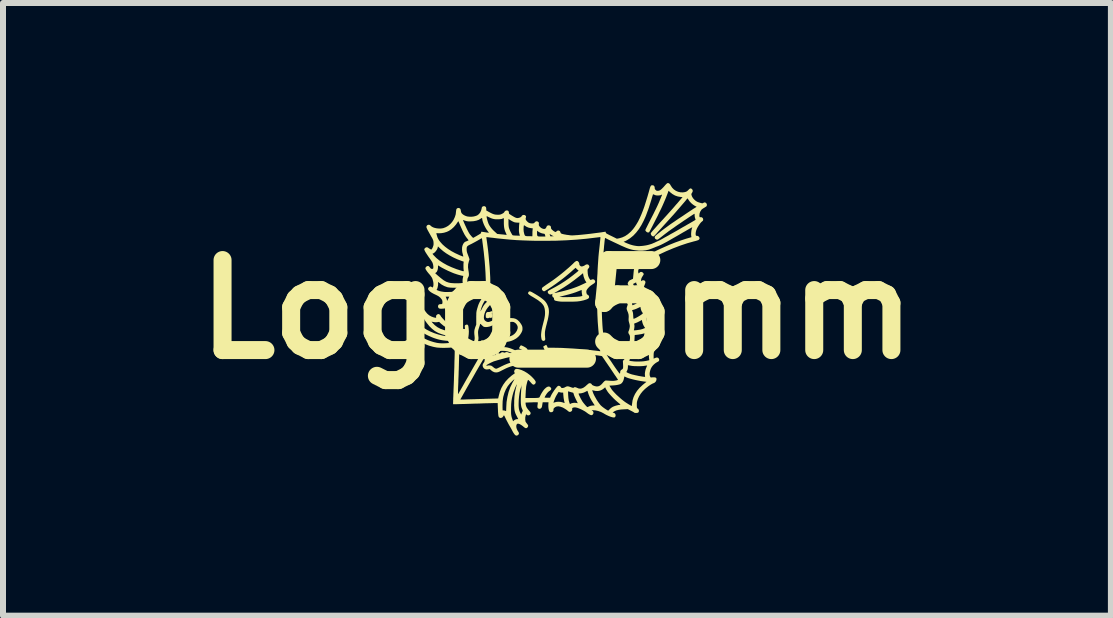
<source format=kicad_pcb>
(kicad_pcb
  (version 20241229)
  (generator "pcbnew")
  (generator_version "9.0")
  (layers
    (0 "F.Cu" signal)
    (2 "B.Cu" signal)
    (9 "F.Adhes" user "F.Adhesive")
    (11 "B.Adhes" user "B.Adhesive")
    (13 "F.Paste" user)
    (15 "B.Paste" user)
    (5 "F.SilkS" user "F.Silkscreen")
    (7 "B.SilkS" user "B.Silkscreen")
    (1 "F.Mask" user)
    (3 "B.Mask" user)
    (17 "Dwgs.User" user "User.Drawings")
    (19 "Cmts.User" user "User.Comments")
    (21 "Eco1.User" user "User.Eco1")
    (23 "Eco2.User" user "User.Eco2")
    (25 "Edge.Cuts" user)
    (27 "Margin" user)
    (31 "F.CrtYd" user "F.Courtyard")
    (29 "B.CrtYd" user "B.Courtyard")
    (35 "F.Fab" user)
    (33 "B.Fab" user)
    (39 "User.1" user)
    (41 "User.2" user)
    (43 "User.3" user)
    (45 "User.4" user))
  (footprint "Logo_5mm"
    (layer "F.Cu")
    (at 6.229 2.104)
    (property "Reference" "Logo_5mm" (at 0 0 0) (layer "F.SilkS") (effects (font (size 1.5 1.5) (thickness 0.3))))
    (attr board_only exclude_from_pos_files exclude_from_bom)
    (fp_poly (pts (xy -1.232 0.518) (xy -1.227 0.519) (xy -1.219 0.523) (xy -1.215 0.528) (xy -1.214 0.537) (xy -1.213 0.547) (xy -1.216 0.57) (xy -1.225 0.588) (xy -1.237 0.601) (xy -1.253 0.607) (xy -1.271 0.606) (xy -1.279 0.603) (xy -1.288 0.594) (xy -1.292 0.58) (xy -1.291 0.564) (xy -1.286 0.547) (xy -1.277 0.532) (xy -1.271 0.526) (xy -1.259 0.517) (xy -1.247 0.515)) (stroke (width 0) (type solid)) (fill yes) (layer "F.SilkS"))
    (fp_poly (pts (xy -1.116 0.5) (xy -1.105 0.511) (xy -1.098 0.525) (xy -1.099 0.541) (xy -1.102 0.55) (xy -1.108 0.556) (xy -1.119 0.565) (xy -1.128 0.572) (xy -1.149 0.582) (xy -1.169 0.586) (xy -1.186 0.583) (xy -1.196 0.577) (xy -1.202 0.566) (xy -1.205 0.557) (xy -1.201 0.542) (xy -1.19 0.527) (xy -1.174 0.513) (xy -1.156 0.502) (xy -1.137 0.497) (xy -1.131 0.497)) (stroke (width 0) (type solid)) (fill yes) (layer "F.SilkS"))
    (fp_poly (pts (xy -1.074 0.035) (xy -1.072 0.045) (xy -1.074 0.056) (xy -1.08 0.065) (xy -1.086 0.072) (xy -1.086 0.076) (xy -1.083 0.079) (xy -1.078 0.086) (xy -1.075 0.098) (xy -1.076 0.112) (xy -1.078 0.125) (xy -1.082 0.133) (xy -1.096 0.142) (xy -1.11 0.142) (xy -1.115 0.14) (xy -1.125 0.138) (xy -1.134 0.142) (xy -1.149 0.148) (xy -1.165 0.146) (xy -1.174 0.142) (xy -1.181 0.138) (xy -1.185 0.132) (xy -1.186 0.123) (xy -1.187 0.107) (xy -1.187 0.107) (xy -1.185 0.08) (xy -1.179 0.06) (xy -1.168 0.048) (xy -1.154 0.043) (xy -1.143 0.044) (xy -1.127 0.044) (xy -1.11 0.038) (xy -1.096 0.032) (xy -1.085 0.03) (xy -1.081 0.03)) (stroke (width 0) (type solid)) (fill yes) (layer "F.SilkS"))
    (fp_poly (pts (xy -0.812 0.328) (xy -0.805 0.336) (xy -0.805 0.349) (xy -0.81 0.362) (xy -0.814 0.371) (xy -0.813 0.374) (xy -0.806 0.373) (xy -0.806 0.373) (xy -0.794 0.374) (xy -0.785 0.38) (xy -0.782 0.389) (xy -0.784 0.399) (xy -0.788 0.403) (xy -0.796 0.407) (xy -0.809 0.41) (xy -0.813 0.411) (xy -0.83 0.416) (xy -0.843 0.426) (xy -0.845 0.428) (xy -0.855 0.439) (xy -0.864 0.442) (xy -0.872 0.44) (xy -0.876 0.438) (xy -0.882 0.431) (xy -0.884 0.423) (xy -0.884 0.415) (xy -0.887 0.412) (xy -0.895 0.415) (xy -0.899 0.417) (xy -0.912 0.42) (xy -0.922 0.417) (xy -0.93 0.409) (xy -0.933 0.397) (xy -0.931 0.384) (xy -0.924 0.374) (xy -0.917 0.363) (xy -0.915 0.354) (xy -0.912 0.341) (xy -0.904 0.334) (xy -0.888 0.332) (xy -0.882 0.333) (xy -0.863 0.333) (xy -0.845 0.329) (xy -0.844 0.329) (xy -0.825 0.325)) (stroke (width 0) (type solid)) (fill yes) (layer "F.SilkS"))
    (fp_poly (pts (xy -0.447 -0.299) (xy -0.434 -0.295) (xy -0.416 -0.286) (xy -0.393 -0.273) (xy -0.364 -0.256) (xy -0.362 -0.255) (xy -0.318 -0.228) (xy -0.28 -0.203) (xy -0.249 -0.18) (xy -0.223 -0.159) (xy -0.202 -0.139) (xy -0.185 -0.118) (xy -0.171 -0.097) (xy -0.159 -0.073) (xy -0.158 -0.071) (xy -0.147 -0.044) (xy -0.139 -0.016) (xy -0.135 0.014) (xy -0.134 0.046) (xy -0.137 0.082) (xy -0.143 0.122) (xy -0.152 0.168) (xy -0.166 0.221) (xy -0.171 0.243) (xy -0.182 0.284) (xy -0.19 0.319) (xy -0.196 0.348) (xy -0.2 0.373) (xy -0.201 0.396) (xy -0.201 0.419) (xy -0.201 0.43) (xy -0.199 0.45) (xy -0.198 0.469) (xy -0.196 0.484) (xy -0.196 0.488) (xy -0.196 0.504) (xy -0.204 0.517) (xy -0.215 0.524) (xy -0.229 0.525) (xy -0.243 0.519) (xy -0.244 0.518) (xy -0.252 0.51) (xy -0.257 0.497) (xy -0.26 0.482) (xy -0.264 0.455) (xy -0.265 0.427) (xy -0.263 0.397) (xy -0.259 0.363) (xy -0.252 0.324) (xy -0.242 0.28) (xy -0.229 0.229) (xy -0.219 0.19) (xy -0.211 0.158) (xy -0.206 0.131) (xy -0.202 0.108) (xy -0.2 0.087) (xy -0.199 0.067) (xy -0.199 0.046) (xy -0.199 0.04) (xy -0.202 0.009) (xy -0.207 -0.019) (xy -0.215 -0.044) (xy -0.227 -0.068) (xy -0.244 -0.09) (xy -0.265 -0.113) (xy -0.293 -0.135) (xy -0.327 -0.16) (xy -0.369 -0.186) (xy -0.4 -0.205) (xy -0.43 -0.222) (xy -0.452 -0.237) (xy -0.468 -0.249) (xy -0.478 -0.259) (xy -0.482 -0.268) (xy -0.481 -0.276) (xy -0.476 -0.285) (xy -0.471 -0.293) (xy -0.465 -0.298) (xy -0.457 -0.3)) (stroke (width 0) (type solid)) (fill yes) (layer "F.SilkS"))
    (fp_poly (pts (xy -0.722 0.148) (xy -0.69 0.157) (xy -0.661 0.173) (xy -0.634 0.198) (xy -0.619 0.215) (xy -0.6 0.242) (xy -0.587 0.264) (xy -0.579 0.284) (xy -0.575 0.305) (xy -0.575 0.32) (xy -0.575 0.336) (xy -0.577 0.349) (xy -0.581 0.362) (xy -0.588 0.377) (xy -0.594 0.39) (xy -0.618 0.427) (xy -0.646 0.458) (xy -0.68 0.485) (xy -0.692 0.492) (xy -0.723 0.509) (xy -0.753 0.522) (xy -0.784 0.532) (xy -0.817 0.539) (xy -0.856 0.544) (xy -0.888 0.547) (xy -0.91 0.548) (xy -0.926 0.548) (xy -0.941 0.545) (xy -0.951 0.541) (xy -0.977 0.528) (xy -1 0.507) (xy -1.018 0.481) (xy -1.031 0.45) (xy -1.038 0.417) (xy -1.038 0.4) (xy -0.968 0.4) (xy -0.965 0.423) (xy -0.959 0.442) (xy -0.95 0.457) (xy -0.94 0.465) (xy -0.928 0.468) (xy -0.91 0.469) (xy -0.887 0.469) (xy -0.864 0.468) (xy -0.844 0.465) (xy -0.82 0.46) (xy -0.793 0.453) (xy -0.768 0.444) (xy -0.746 0.434) (xy -0.733 0.427) (xy -0.705 0.405) (xy -0.682 0.378) (xy -0.665 0.348) (xy -0.655 0.317) (xy -0.654 0.309) (xy -0.655 0.287) (xy -0.664 0.264) (xy -0.678 0.242) (xy -0.697 0.225) (xy -0.719 0.212) (xy -0.723 0.211) (xy -0.74 0.208) (xy -0.763 0.208) (xy -0.789 0.211) (xy -0.813 0.216) (xy -0.827 0.22) (xy -0.856 0.235) (xy -0.885 0.255) (xy -0.912 0.28) (xy -0.935 0.307) (xy -0.953 0.335) (xy -0.962 0.356) (xy -0.967 0.377) (xy -0.968 0.4) (xy -1.038 0.4) (xy -1.038 0.386) (xy -1.031 0.354) (xy -1.016 0.32) (xy -0.994 0.283) (xy -0.977 0.259) (xy -0.943 0.221) (xy -0.905 0.19) (xy -0.863 0.167) (xy -0.819 0.152) (xy -0.773 0.145) (xy -0.759 0.145)) (stroke (width 0) (type solid)) (fill yes) (layer "F.SilkS"))
    (fp_poly (pts (xy 0.342 -0.805) (xy 0.347 -0.802) (xy 0.357 -0.793) (xy 0.365 -0.781) (xy 0.371 -0.769) (xy 0.371 -0.762) (xy 0.373 -0.746) (xy 0.382 -0.73) (xy 0.395 -0.719) (xy 0.41 -0.715) (xy 0.412 -0.715) (xy 0.43 -0.718) (xy 0.45 -0.726) (xy 0.467 -0.736) (xy 0.468 -0.738) (xy 0.479 -0.744) (xy 0.493 -0.749) (xy 0.495 -0.749) (xy 0.509 -0.749) (xy 0.52 -0.745) (xy 0.526 -0.74) (xy 0.536 -0.726) (xy 0.539 -0.71) (xy 0.533 -0.693) (xy 0.524 -0.682) (xy 0.516 -0.673) (xy 0.512 -0.665) (xy 0.51 -0.654) (xy 0.51 -0.639) (xy 0.513 -0.595) (xy 0.52 -0.557) (xy 0.533 -0.525) (xy 0.547 -0.502) (xy 0.555 -0.493) (xy 0.561 -0.49) (xy 0.568 -0.492) (xy 0.572 -0.494) (xy 0.591 -0.501) (xy 0.608 -0.5) (xy 0.622 -0.493) (xy 0.625 -0.489) (xy 0.635 -0.474) (xy 0.637 -0.46) (xy 0.631 -0.446) (xy 0.618 -0.433) (xy 0.596 -0.419) (xy 0.593 -0.417) (xy 0.572 -0.403) (xy 0.549 -0.386) (xy 0.529 -0.366) (xy 0.511 -0.346) (xy 0.498 -0.328) (xy 0.492 -0.315) (xy 0.489 -0.3) (xy 0.489 -0.286) (xy 0.492 -0.272) (xy 0.496 -0.258) (xy 0.5 -0.249) (xy 0.503 -0.247) (xy 0.513 -0.244) (xy 0.523 -0.235) (xy 0.532 -0.223) (xy 0.534 -0.216) (xy 0.535 -0.2) (xy 0.529 -0.187) (xy 0.515 -0.176) (xy 0.493 -0.166) (xy 0.491 -0.165) (xy 0.442 -0.15) (xy 0.387 -0.138) (xy 0.34 -0.132) (xy 0.325 -0.131) (xy 0.304 -0.13) (xy 0.278 -0.129) (xy 0.248 -0.128) (xy 0.216 -0.128) (xy 0.182 -0.128) (xy 0.15 -0.128) (xy 0.12 -0.128) (xy 0.094 -0.128) (xy 0.073 -0.129) (xy 0.059 -0.129) (xy 0.056 -0.13) (xy 0.024 -0.134) (xy 0.001 -0.138) (xy -0.016 -0.142) (xy -0.028 -0.145) (xy -0.036 -0.148) (xy -0.041 -0.153) (xy -0.045 -0.158) (xy -0.047 -0.163) (xy -0.05 -0.175) (xy -0.05 -0.185) (xy -0.05 -0.192) (xy -0.053 -0.194) (xy -0.06 -0.197) (xy -0.068 -0.204) (xy -0.069 -0.205) (xy -0.072 -0.209) (xy 0.04 -0.209) (xy 0.065 -0.206) (xy 0.082 -0.205) (xy 0.106 -0.204) (xy 0.135 -0.204) (xy 0.169 -0.204) (xy 0.204 -0.205) (xy 0.241 -0.205) (xy 0.276 -0.207) (xy 0.309 -0.208) (xy 0.337 -0.21) (xy 0.36 -0.212) (xy 0.374 -0.213) (xy 0.396 -0.217) (xy 0.41 -0.22) (xy 0.419 -0.223) (xy 0.422 -0.228) (xy 0.422 -0.234) (xy 0.419 -0.244) (xy 0.418 -0.248) (xy 0.415 -0.267) (xy 0.412 -0.288) (xy 0.412 -0.297) (xy 0.412 -0.311) (xy 0.411 -0.32) (xy 0.41 -0.323) (xy 0.406 -0.321) (xy 0.394 -0.317) (xy 0.378 -0.311) (xy 0.359 -0.303) (xy 0.358 -0.303) (xy 0.312 -0.285) (xy 0.261 -0.268) (xy 0.203 -0.251) (xy 0.138 -0.234) (xy 0.118 -0.229) (xy 0.04 -0.209) (xy -0.072 -0.209) (xy -0.077 -0.22) (xy -0.08 -0.237) (xy -0.076 -0.253) (xy -0.074 -0.258) (xy -0.076 -0.259) (xy -0.085 -0.255) (xy -0.086 -0.254) (xy -0.106 -0.248) (xy -0.124 -0.25) (xy -0.14 -0.26) (xy -0.142 -0.263) (xy -0.069 -0.263) (xy -0.067 -0.261) (xy -0.065 -0.263) (xy -0.067 -0.265) (xy -0.069 -0.263) (xy -0.142 -0.263) (xy -0.145 -0.267) (xy -0.06 -0.267) (xy -0.058 -0.265) (xy -0.056 -0.267) (xy -0.058 -0.269) (xy -0.06 -0.267) (xy -0.145 -0.267) (xy -0.15 -0.273) (xy -0.041 -0.273) (xy -0.036 -0.273) (xy -0.026 -0.274) (xy -0.009 -0.278) (xy 0.016 -0.284) (xy 0.049 -0.292) (xy 0.06 -0.294) (xy 0.125 -0.31) (xy 0.182 -0.326) (xy 0.234 -0.341) (xy 0.281 -0.357) (xy 0.327 -0.374) (xy 0.371 -0.392) (xy 0.417 -0.413) (xy 0.43 -0.419) (xy 0.491 -0.448) (xy 0.476 -0.471) (xy 0.464 -0.492) (xy 0.454 -0.519) (xy 0.444 -0.547) (xy 0.438 -0.575) (xy 0.437 -0.582) (xy 0.434 -0.603) (xy 0.383 -0.561) (xy 0.292 -0.49) (xy 0.203 -0.425) (xy 0.112 -0.365) (xy 0.017 -0.308) (xy -0.002 -0.297) (xy -0.019 -0.288) (xy -0.031 -0.281) (xy -0.039 -0.276) (xy -0.041 -0.273) (xy -0.15 -0.273) (xy -0.151 -0.275) (xy -0.154 -0.292) (xy -0.151 -0.303) (xy -0.146 -0.307) (xy -0.135 -0.315) (xy -0.119 -0.324) (xy -0.1 -0.334) (xy -0.099 -0.335) (xy -0.024 -0.375) (xy 0.054 -0.42) (xy 0.132 -0.47) (xy 0.198 -0.516) (xy 0.222 -0.534) (xy 0.247 -0.553) (xy 0.272 -0.572) (xy 0.295 -0.591) (xy 0.317 -0.608) (xy 0.335 -0.623) (xy 0.349 -0.635) (xy 0.357 -0.644) (xy 0.36 -0.648) (xy 0.36 -0.648) (xy 0.354 -0.652) (xy 0.344 -0.659) (xy 0.339 -0.663) (xy 0.328 -0.673) (xy 0.319 -0.683) (xy 0.317 -0.686) (xy 0.315 -0.69) (xy 0.312 -0.692) (xy 0.308 -0.69) (xy 0.3 -0.685) (xy 0.289 -0.674) (xy 0.272 -0.66) (xy 0.233 -0.624) (xy 0.188 -0.586) (xy 0.14 -0.546) (xy 0.091 -0.507) (xy 0.043 -0.471) (xy 0.042 -0.47) (xy 0.013 -0.449) (xy -0.018 -0.426) (xy -0.05 -0.404) (xy -0.081 -0.382) (xy -0.112 -0.362) (xy -0.14 -0.343) (xy -0.165 -0.328) (xy -0.186 -0.315) (xy -0.202 -0.306) (xy -0.212 -0.301) (xy -0.214 -0.301) (xy -0.226 -0.304) (xy -0.239 -0.314) (xy -0.248 -0.326) (xy -0.252 -0.338) (xy -0.252 -0.338) (xy -0.25 -0.351) (xy -0.247 -0.359) (xy -0.242 -0.364) (xy -0.231 -0.373) (xy -0.214 -0.385) (xy -0.194 -0.399) (xy -0.172 -0.415) (xy -0.168 -0.417) (xy -0.142 -0.435) (xy -0.115 -0.453) (xy -0.09 -0.47) (xy -0.068 -0.485) (xy -0.053 -0.496) (xy -0.014 -0.525) (xy 0.029 -0.558) (xy 0.073 -0.592) (xy 0.117 -0.628) (xy 0.159 -0.664) (xy 0.199 -0.698) (xy 0.234 -0.73) (xy 0.264 -0.758) (xy 0.271 -0.765) (xy 0.291 -0.785) (xy 0.308 -0.798) (xy 0.321 -0.805) (xy 0.332 -0.808)) (stroke (width 0) (type solid)) (fill yes) (layer "F.SilkS"))
    (fp_poly (pts (xy 1.864 -2.101) (xy 1.876 -2.092) (xy 1.888 -2.076) (xy 1.895 -2.063) (xy 1.918 -2.028) (xy 1.947 -1.998) (xy 1.981 -1.975) (xy 2.018 -1.959) (xy 2.059 -1.95) (xy 2.097 -1.949) (xy 2.126 -1.953) (xy 2.149 -1.959) (xy 2.168 -1.969) (xy 2.185 -1.985) (xy 2.19 -1.99) (xy 2.206 -2.006) (xy 2.219 -2.014) (xy 2.231 -2.015) (xy 2.244 -2.008) (xy 2.245 -2.007) (xy 2.258 -1.992) (xy 2.262 -1.975) (xy 2.258 -1.956) (xy 2.248 -1.94) (xy 2.241 -1.928) (xy 2.239 -1.918) (xy 2.24 -1.909) (xy 2.249 -1.882) (xy 2.265 -1.854) (xy 2.287 -1.829) (xy 2.312 -1.807) (xy 2.33 -1.796) (xy 2.346 -1.788) (xy 2.367 -1.781) (xy 2.387 -1.775) (xy 2.421 -1.766) (xy 2.44 -1.775) (xy 2.453 -1.781) (xy 2.462 -1.782) (xy 2.471 -1.78) (xy 2.474 -1.779) (xy 2.487 -1.769) (xy 2.495 -1.755) (xy 2.498 -1.739) (xy 2.494 -1.724) (xy 2.491 -1.718) (xy 2.485 -1.713) (xy 2.474 -1.706) (xy 2.459 -1.696) (xy 2.451 -1.692) (xy 2.434 -1.681) (xy 2.418 -1.67) (xy 2.407 -1.66) (xy 2.405 -1.657) (xy 2.386 -1.627) (xy 2.375 -1.596) (xy 2.372 -1.566) (xy 2.373 -1.55) (xy 2.376 -1.539) (xy 2.38 -1.535) (xy 2.388 -1.536) (xy 2.389 -1.536) (xy 2.406 -1.536) (xy 2.421 -1.528) (xy 2.432 -1.515) (xy 2.433 -1.51) (xy 2.436 -1.492) (xy 2.43 -1.476) (xy 2.416 -1.464) (xy 2.406 -1.456) (xy 2.393 -1.442) (xy 2.379 -1.424) (xy 2.364 -1.402) (xy 2.35 -1.38) (xy 2.338 -1.359) (xy 2.331 -1.345) (xy 2.32 -1.318) (xy 2.313 -1.29) (xy 2.31 -1.264) (xy 2.311 -1.243) (xy 2.311 -1.242) (xy 2.315 -1.23) (xy 2.32 -1.226) (xy 2.327 -1.225) (xy 2.346 -1.223) (xy 2.361 -1.214) (xy 2.369 -1.203) (xy 2.375 -1.188) (xy 2.374 -1.175) (xy 2.366 -1.163) (xy 2.366 -1.163) (xy 2.36 -1.158) (xy 2.352 -1.153) (xy 2.339 -1.149) (xy 2.321 -1.143) (xy 2.295 -1.136) (xy 2.282 -1.133) (xy 2.172 -1.102) (xy 2.058 -1.064) (xy 1.94 -1.019) (xy 1.818 -0.968) (xy 1.692 -0.909) (xy 1.659 -0.892) (xy 1.591 -0.857) (xy 1.532 -0.823) (xy 1.481 -0.79) (xy 1.438 -0.758) (xy 1.404 -0.728) (xy 1.378 -0.699) (xy 1.361 -0.671) (xy 1.353 -0.645) (xy 1.353 -0.621) (xy 1.356 -0.61) (xy 1.361 -0.597) (xy 1.372 -0.609) (xy 1.383 -0.618) (xy 1.393 -0.624) (xy 1.394 -0.624) (xy 1.41 -0.624) (xy 1.425 -0.617) (xy 1.437 -0.605) (xy 1.439 -0.603) (xy 1.443 -0.594) (xy 1.446 -0.589) (xy 1.446 -0.589) (xy 1.444 -0.584) (xy 1.439 -0.573) (xy 1.43 -0.559) (xy 1.42 -0.543) (xy 1.409 -0.523) (xy 1.403 -0.504) (xy 1.402 -0.494) (xy 1.399 -0.468) (xy 1.409 -0.476) (xy 1.422 -0.483) (xy 1.439 -0.485) (xy 1.454 -0.482) (xy 1.462 -0.477) (xy 1.471 -0.466) (xy 1.474 -0.453) (xy 1.471 -0.436) (xy 1.465 -0.42) (xy 1.457 -0.4) (xy 1.449 -0.377) (xy 1.44 -0.352) (xy 1.432 -0.327) (xy 1.424 -0.304) (xy 1.419 -0.285) (xy 1.415 -0.271) (xy 1.414 -0.264) (xy 1.418 -0.249) (xy 1.429 -0.239) (xy 1.446 -0.234) (xy 1.453 -0.234) (xy 1.47 -0.235) (xy 1.484 -0.237) (xy 1.488 -0.239) (xy 1.505 -0.24) (xy 1.52 -0.236) (xy 1.533 -0.226) (xy 1.541 -0.213) (xy 1.542 -0.198) (xy 1.541 -0.197) (xy 1.537 -0.189) (xy 1.529 -0.176) (xy 1.518 -0.16) (xy 1.51 -0.149) (xy 1.496 -0.131) (xy 1.486 -0.116) (xy 1.48 -0.103) (xy 1.476 -0.088) (xy 1.474 -0.081) (xy 1.47 -0.057) (xy 1.47 -0.037) (xy 1.474 -0.017) (xy 1.477 -0.011) (xy 1.481 -0.003) (xy 1.486 -0.000418) (xy 1.497 -0.001) (xy 1.5 -0.001) (xy 1.519 0.001) (xy 1.534 0.009) (xy 1.544 0.023) (xy 1.545 0.027) (xy 1.546 0.032) (xy 1.545 0.037) (xy 1.543 0.044) (xy 1.54 0.054) (xy 1.533 0.067) (xy 1.524 0.086) (xy 1.511 0.111) (xy 1.502 0.127) (xy 1.496 0.146) (xy 1.495 0.17) (xy 1.498 0.196) (xy 1.504 0.22) (xy 1.515 0.241) (xy 1.523 0.251) (xy 1.53 0.258) (xy 1.536 0.259) (xy 1.544 0.254) (xy 1.544 0.254) (xy 1.559 0.248) (xy 1.576 0.25) (xy 1.59 0.259) (xy 1.603 0.272) (xy 1.606 0.286) (xy 1.601 0.302) (xy 1.588 0.319) (xy 1.563 0.351) (xy 1.544 0.389) (xy 1.532 0.432) (xy 1.526 0.475) (xy 1.526 0.51) (xy 1.531 0.537) (xy 1.54 0.557) (xy 1.554 0.57) (xy 1.567 0.575) (xy 1.577 0.575) (xy 1.587 0.573) (xy 1.601 0.566) (xy 1.608 0.562) (xy 1.623 0.553) (xy 1.635 0.548) (xy 1.642 0.545) (xy 1.651 0.548) (xy 1.661 0.556) (xy 1.664 0.559) (xy 1.674 0.574) (xy 1.677 0.591) (xy 1.671 0.608) (xy 1.657 0.623) (xy 1.65 0.628) (xy 1.644 0.635) (xy 1.636 0.648) (xy 1.629 0.665) (xy 1.621 0.683) (xy 1.616 0.701) (xy 1.615 0.706) (xy 1.613 0.719) (xy 1.611 0.738) (xy 1.61 0.76) (xy 1.61 0.773) (xy 1.61 0.821) (xy 1.635 0.81) (xy 1.655 0.803) (xy 1.67 0.802) (xy 1.683 0.807) (xy 1.693 0.815) (xy 1.701 0.828) (xy 1.703 0.843) (xy 1.7 0.856) (xy 1.695 0.863) (xy 1.688 0.868) (xy 1.674 0.876) (xy 1.661 0.883) (xy 1.638 0.898) (xy 1.613 0.919) (xy 1.591 0.943) (xy 1.577 0.963) (xy 1.563 0.989) (xy 1.553 1.018) (xy 1.546 1.047) (xy 1.543 1.075) (xy 1.545 1.099) (xy 1.551 1.118) (xy 1.552 1.119) (xy 1.561 1.135) (xy 1.595 1.132) (xy 1.622 1.132) (xy 1.641 1.135) (xy 1.653 1.143) (xy 1.656 1.149) (xy 1.658 1.166) (xy 1.654 1.185) (xy 1.645 1.203) (xy 1.631 1.218) (xy 1.616 1.227) (xy 1.589 1.238) (xy 1.558 1.256) (xy 1.523 1.28) (xy 1.484 1.311) (xy 1.463 1.329) (xy 1.427 1.365) (xy 1.395 1.405) (xy 1.368 1.448) (xy 1.348 1.491) (xy 1.336 1.528) (xy 1.332 1.547) (xy 1.33 1.568) (xy 1.33 1.59) (xy 1.33 1.611) (xy 1.331 1.629) (xy 1.334 1.642) (xy 1.338 1.649) (xy 1.338 1.649) (xy 1.352 1.658) (xy 1.361 1.672) (xy 1.365 1.688) (xy 1.363 1.705) (xy 1.356 1.716) (xy 1.349 1.721) (xy 1.34 1.724) (xy 1.326 1.725) (xy 1.318 1.726) (xy 1.301 1.725) (xy 1.289 1.722) (xy 1.284 1.718) (xy 1.278 1.713) (xy 1.265 1.706) (xy 1.249 1.697) (xy 1.229 1.687) (xy 1.18 1.662) (xy 1.119 1.665) (xy 1.068 1.668) (xy 1.026 1.674) (xy 0.99 1.683) (xy 0.962 1.695) (xy 0.94 1.709) (xy 0.927 1.72) (xy 0.943 1.723) (xy 0.96 1.73) (xy 0.972 1.744) (xy 0.977 1.762) (xy 0.977 1.766) (xy 0.974 1.783) (xy 0.966 1.795) (xy 0.953 1.801) (xy 0.95 1.801) (xy 0.924 1.798) (xy 0.893 1.789) (xy 0.858 1.775) (xy 0.82 1.757) (xy 0.779 1.734) (xy 0.779 1.733) (xy 0.734 1.71) (xy 0.687 1.693) (xy 0.641 1.683) (xy 0.597 1.68) (xy 0.583 1.681) (xy 0.578 1.682) (xy 0.58 1.684) (xy 0.587 1.688) (xy 0.597 1.695) (xy 0.603 1.703) (xy 0.608 1.719) (xy 0.606 1.735) (xy 0.598 1.75) (xy 0.587 1.759) (xy 0.573 1.763) (xy 0.56 1.76) (xy 0.541 1.751) (xy 0.519 1.738) (xy 0.495 1.72) (xy 0.484 1.712) (xy 0.467 1.7) (xy 0.444 1.687) (xy 0.418 1.673) (xy 0.39 1.66) (xy 0.363 1.649) (xy 0.339 1.64) (xy 0.332 1.638) (xy 0.306 1.633) (xy 0.285 1.633) (xy 0.267 1.638) (xy 0.264 1.639) (xy 0.256 1.644) (xy 0.253 1.651) (xy 0.254 1.662) (xy 0.254 1.663) (xy 0.253 1.68) (xy 0.245 1.694) (xy 0.233 1.703) (xy 0.219 1.708) (xy 0.204 1.707) (xy 0.19 1.699) (xy 0.188 1.697) (xy 0.176 1.687) (xy 0.16 1.674) (xy 0.14 1.661) (xy 0.119 1.648) (xy 0.101 1.638) (xy 0.093 1.634) (xy 0.056 1.621) (xy 0.024 1.615) (xy -0.005 1.618) (xy -0.03 1.629) (xy -0.044 1.64) (xy -0.054 1.651) (xy -0.058 1.66) (xy -0.058 1.668) (xy -0.058 1.669) (xy -0.059 1.687) (xy -0.067 1.701) (xy -0.08 1.71) (xy -0.099 1.714) (xy -0.115 1.711) (xy -0.124 1.704) (xy -0.132 1.69) (xy -0.138 1.669) (xy -0.142 1.643) (xy -0.144 1.614) (xy -0.144 1.593) (xy -0.142 1.555) (xy -0.059 1.555) (xy -0.054 1.554) (xy -0.044 1.551) (xy -0.031 1.547) (xy -0.005 1.541) (xy 0.025 1.539) (xy 0.056 1.541) (xy 0.085 1.547) (xy 0.098 1.551) (xy 0.114 1.557) (xy 0.123 1.56) (xy 0.127 1.56) (xy 0.127 1.56) (xy 0.126 1.555) (xy 0.124 1.544) (xy 0.12 1.528) (xy 0.118 1.516) (xy 0.113 1.491) (xy 0.109 1.462) (xy 0.107 1.435) (xy 0.106 1.431) (xy 0.103 1.387) (xy 0.083 1.387) (xy 0.066 1.385) (xy 0.049 1.382) (xy 0.045 1.381) (xy 0.045 1.381) (xy 0.185 1.381) (xy 0.185 1.398) (xy 0.186 1.419) (xy 0.186 1.426) (xy 0.19 1.477) (xy 0.197 1.522) (xy 0.209 1.561) (xy 0.211 1.566) (xy 0.216 1.578) (xy 0.232 1.569) (xy 0.25 1.562) (xy 0.274 1.558) (xy 0.28 1.557) (xy 0.299 1.557) (xy 0.317 1.558) (xy 0.33 1.56) (xy 0.347 1.564) (xy 0.318 1.505) (xy 0.307 1.482) (xy 0.296 1.458) (xy 0.287 1.436) (xy 0.281 1.42) (xy 0.281 1.417) (xy 0.278 1.408) (xy 0.36 1.408) (xy 0.361 1.41) (xy 0.366 1.424) (xy 0.375 1.444) (xy 0.386 1.466) (xy 0.398 1.49) (xy 0.411 1.512) (xy 0.422 1.532) (xy 0.429 1.541) (xy 0.442 1.559) (xy 0.457 1.577) (xy 0.471 1.594) (xy 0.485 1.609) (xy 0.496 1.62) (xy 0.504 1.627) (xy 0.506 1.628) (xy 0.513 1.626) (xy 0.524 1.621) (xy 0.535 1.616) (xy 0.556 1.608) (xy 0.58 1.603) (xy 0.594 1.602) (xy 0.629 1.6) (xy 0.608 1.568) (xy 0.575 1.516) (xy 0.548 1.466) (xy 0.528 1.419) (xy 0.514 1.377) (xy 0.514 1.376) (xy 0.51 1.365) (xy 0.507 1.358) (xy 0.506 1.357) (xy 0.501 1.359) (xy 0.49 1.365) (xy 0.476 1.372) (xy 0.475 1.373) (xy 0.444 1.387) (xy 0.412 1.396) (xy 0.383 1.4) (xy 0.377 1.4) (xy 0.365 1.401) (xy 0.36 1.403) (xy 0.36 1.408) (xy 0.278 1.408) (xy 0.276 1.402) (xy 0.272 1.393) (xy 0.268 1.388) (xy 0.26 1.386) (xy 0.255 1.385) (xy 0.24 1.381) (xy 0.222 1.376) (xy 0.212 1.373) (xy 0.199 1.369) (xy 0.189 1.366) (xy 0.186 1.365) (xy 0.185 1.369) (xy 0.185 1.381) (xy 0.045 1.381) (xy 0.028 1.375) (xy 0.009 1.404) (xy -0.014 1.442) (xy -0.032 1.479) (xy -0.047 1.518) (xy -0.047 1.518) (xy -0.053 1.535) (xy -0.057 1.547) (xy -0.059 1.554) (xy -0.059 1.555) (xy -0.142 1.555) (xy -0.141 1.547) (xy -0.189 1.547) (xy -0.238 1.547) (xy -0.242 1.571) (xy -0.245 1.589) (xy -0.248 1.609) (xy -0.249 1.615) (xy -0.255 1.634) (xy -0.267 1.648) (xy -0.281 1.656) (xy -0.298 1.656) (xy -0.309 1.652) (xy -0.319 1.645) (xy -0.324 1.636) (xy -0.326 1.622) (xy -0.325 1.602) (xy -0.323 1.589) (xy -0.321 1.573) (xy -0.319 1.56) (xy -0.318 1.552) (xy -0.318 1.552) (xy -0.321 1.55) (xy -0.33 1.548) (xy -0.346 1.548) (xy -0.368 1.548) (xy -0.398 1.548) (xy -0.437 1.55) (xy -0.454 1.55) (xy -0.524 1.553) (xy -0.522 1.58) (xy -0.516 1.609) (xy -0.503 1.638) (xy -0.482 1.667) (xy -0.467 1.685) (xy -0.453 1.701) (xy -0.444 1.713) (xy -0.44 1.722) (xy -0.439 1.73) (xy -0.442 1.745) (xy -0.453 1.757) (xy -0.467 1.764) (xy -0.482 1.766) (xy -0.498 1.761) (xy -0.504 1.756) (xy -0.514 1.747) (xy -0.518 1.758) (xy -0.528 1.796) (xy -0.529 1.836) (xy -0.525 1.867) (xy -0.521 1.875) (xy -0.513 1.887) (xy -0.503 1.9) (xy -0.49 1.917) (xy -0.482 1.93) (xy -0.48 1.941) (xy -0.483 1.953) (xy -0.485 1.956) (xy -0.496 1.972) (xy -0.509 1.979) (xy -0.524 1.978) (xy -0.541 1.969) (xy -0.56 1.953) (xy -0.58 1.937) (xy -0.602 1.922) (xy -0.623 1.911) (xy -0.641 1.905) (xy -0.65 1.904) (xy -0.663 1.907) (xy -0.672 1.918) (xy -0.677 1.933) (xy -0.678 1.953) (xy -0.675 1.975) (xy -0.667 1.998) (xy -0.656 2.021) (xy -0.652 2.027) (xy -0.643 2.04) (xy -0.637 2.052) (xy -0.635 2.056) (xy -0.634 2.071) (xy -0.64 2.085) (xy -0.653 2.096) (xy -0.654 2.097) (xy -0.666 2.102) (xy -0.674 2.103) (xy -0.683 2.101) (xy -0.689 2.099) (xy -0.699 2.092) (xy -0.711 2.077) (xy -0.726 2.056) (xy -0.741 2.029) (xy -0.746 2.019) (xy -0.754 2.004) (xy -0.765 1.984) (xy -0.778 1.961) (xy -0.791 1.939) (xy -0.792 1.937) (xy -0.807 1.911) (xy -0.823 1.88) (xy -0.839 1.85) (xy -0.85 1.828) (xy -0.862 1.803) (xy -0.871 1.784) (xy -0.877 1.773) (xy -0.882 1.767) (xy -0.885 1.766) (xy -0.888 1.769) (xy -0.892 1.776) (xy -0.893 1.778) (xy -0.905 1.795) (xy -0.916 1.803) (xy -0.933 1.809) (xy -0.947 1.809) (xy -0.96 1.802) (xy -0.962 1.8) (xy -0.967 1.795) (xy -0.971 1.788) (xy -0.975 1.778) (xy -0.977 1.765) (xy -0.979 1.747) (xy -0.981 1.724) (xy -0.983 1.694) (xy -0.984 1.656) (xy -0.985 1.647) (xy -0.987 1.59) (xy -0.907 1.59) (xy -0.907 1.629) (xy -0.907 1.64) (xy -0.906 1.66) (xy -0.906 1.674) (xy -0.905 1.681) (xy -0.902 1.684) (xy -0.899 1.684) (xy -0.896 1.683) (xy -0.886 1.683) (xy -0.872 1.686) (xy -0.868 1.687) (xy -0.857 1.691) (xy -0.849 1.694) (xy -0.848 1.694) (xy -0.847 1.69) (xy -0.847 1.679) (xy -0.846 1.668) (xy -0.765 1.668) (xy -0.765 1.702) (xy -0.765 1.73) (xy -0.763 1.753) (xy -0.76 1.773) (xy -0.756 1.792) (xy -0.75 1.812) (xy -0.741 1.836) (xy -0.741 1.838) (xy -0.731 1.864) (xy -0.72 1.853) (xy -0.708 1.844) (xy -0.693 1.836) (xy -0.691 1.835) (xy -0.676 1.83) (xy -0.661 1.828) (xy -0.659 1.828) (xy -0.645 1.828) (xy -0.666 1.787) (xy -0.682 1.756) (xy -0.694 1.729) (xy -0.702 1.703) (xy -0.708 1.677) (xy -0.711 1.648) (xy -0.713 1.614) (xy -0.714 1.597) (xy -0.713 1.567) (xy -0.639 1.567) (xy -0.639 1.603) (xy -0.637 1.632) (xy -0.634 1.657) (xy -0.629 1.678) (xy -0.623 1.697) (xy -0.614 1.718) (xy -0.597 1.752) (xy -0.587 1.727) (xy -0.581 1.713) (xy -0.575 1.701) (xy -0.572 1.696) (xy -0.57 1.691) (xy -0.571 1.684) (xy -0.575 1.672) (xy -0.581 1.659) (xy -0.589 1.639) (xy -0.595 1.617) (xy -0.599 1.592) (xy -0.602 1.562) (xy -0.603 1.524) (xy -0.603 1.518) (xy -0.603 1.495) (xy -0.602 1.464) (xy -0.601 1.429) (xy -0.599 1.392) (xy -0.597 1.355) (xy -0.594 1.32) (xy -0.593 1.296) (xy -0.59 1.269) (xy -0.599 1.296) (xy -0.613 1.343) (xy -0.624 1.395) (xy -0.632 1.452) (xy -0.637 1.51) (xy -0.639 1.567) (xy -0.713 1.567) (xy -0.713 1.522) (xy -0.708 1.446) (xy -0.698 1.374) (xy -0.683 1.306) (xy -0.678 1.286) (xy -0.673 1.269) (xy -0.671 1.262) (xy -0.59 1.262) (xy -0.588 1.266) (xy -0.587 1.265) (xy -0.587 1.26) (xy -0.587 1.259) (xy -0.59 1.26) (xy -0.59 1.262) (xy -0.671 1.262) (xy -0.67 1.257) (xy -0.669 1.25) (xy -0.669 1.249) (xy -0.672 1.253) (xy -0.678 1.264) (xy -0.685 1.28) (xy -0.694 1.299) (xy -0.703 1.321) (xy -0.711 1.343) (xy -0.719 1.364) (xy -0.725 1.38) (xy -0.739 1.429) (xy -0.75 1.477) (xy -0.758 1.525) (xy -0.763 1.577) (xy -0.765 1.634) (xy -0.765 1.668) (xy -0.846 1.668) (xy -0.846 1.661) (xy -0.845 1.64) (xy -0.845 1.633) (xy -0.84 1.545) (xy -0.826 1.459) (xy -0.806 1.376) (xy -0.778 1.297) (xy -0.742 1.223) (xy -0.712 1.171) (xy -0.709 1.166) (xy -0.711 1.166) (xy -0.719 1.171) (xy -0.731 1.181) (xy -0.779 1.228) (xy -0.82 1.279) (xy -0.852 1.334) (xy -0.877 1.394) (xy -0.895 1.458) (xy -0.899 1.481) (xy -0.902 1.505) (xy -0.905 1.53) (xy -0.906 1.558) (xy -0.907 1.59) (xy -0.987 1.59) (xy -0.988 1.561) (xy -1.018 1.561) (xy -1.031 1.561) (xy -1.053 1.561) (xy -1.082 1.562) (xy -1.117 1.563) (xy -1.159 1.564) (xy -1.205 1.565) (xy -1.255 1.567) (xy -1.308 1.569) (xy -1.364 1.57) (xy -1.422 1.572) (xy -1.481 1.574) (xy -1.54 1.576) (xy -1.547 1.576) (xy -1.587 1.577) (xy -1.623 1.578) (xy -1.656 1.579) (xy -1.684 1.58) (xy -1.706 1.58) (xy -1.721 1.58) (xy -1.73 1.58) (xy -1.73 1.579) (xy -1.731 1.574) (xy -1.731 1.561) (xy -1.73 1.541) (xy -1.73 1.515) (xy -1.729 1.501) (xy -1.61 1.501) (xy -1.606 1.502) (xy -1.594 1.502) (xy -1.576 1.502) (xy -1.554 1.502) (xy -1.535 1.501) (xy -1.511 1.5) (xy -1.481 1.499) (xy -1.445 1.498) (xy -1.406 1.497) (xy -1.365 1.496) (xy -1.325 1.494) (xy -1.314 1.494) (xy -1.273 1.493) (xy -1.229 1.492) (xy -1.186 1.49) (xy -1.145 1.489) (xy -1.108 1.488) (xy -1.078 1.487) (xy -1.073 1.487) (xy -0.98 1.484) (xy -0.969 1.437) (xy -0.951 1.371) (xy -0.927 1.311) (xy -0.895 1.254) (xy -0.856 1.2) (xy -0.809 1.15) (xy -0.754 1.102) (xy -0.702 1.064) (xy -0.703 1.06) (xy -0.708 1.052) (xy -0.708 1.051) (xy -0.713 1.042) (xy -0.713 1.032) (xy -0.711 1.022) (xy -0.704 1.006) (xy -0.694 0.997) (xy -0.68 0.992) (xy -0.661 0.992) (xy -0.635 0.997) (xy -0.63 0.998) (xy -0.587 1.012) (xy -0.542 1.033) (xy -0.497 1.06) (xy -0.454 1.092) (xy -0.428 1.115) (xy -0.401 1.142) (xy -0.38 1.165) (xy -0.366 1.184) (xy -0.357 1.199) (xy -0.354 1.212) (xy -0.354 1.213) (xy -0.358 1.23) (xy -0.367 1.243) (xy -0.381 1.252) (xy -0.39 1.254) (xy -0.398 1.253) (xy -0.405 1.249) (xy -0.414 1.242) (xy -0.426 1.23) (xy -0.441 1.213) (xy -0.45 1.203) (xy -0.462 1.19) (xy -0.472 1.18) (xy -0.479 1.175) (xy -0.48 1.175) (xy -0.485 1.18) (xy -0.49 1.192) (xy -0.496 1.21) (xy -0.501 1.231) (xy -0.507 1.255) (xy -0.512 1.279) (xy -0.513 1.285) (xy -0.515 1.304) (xy -0.517 1.33) (xy -0.52 1.359) (xy -0.521 1.389) (xy -0.522 1.402) (xy -0.525 1.476) (xy -0.425 1.476) (xy -0.388 1.476) (xy -0.358 1.476) (xy -0.335 1.475) (xy -0.319 1.474) (xy -0.307 1.472) (xy -0.298 1.469) (xy -0.292 1.465) (xy -0.288 1.459) (xy -0.285 1.452) (xy -0.283 1.447) (xy -0.27 1.42) (xy -0.254 1.392) (xy -0.236 1.364) (xy -0.218 1.339) (xy -0.206 1.326) (xy -0.181 1.303) (xy -0.159 1.29) (xy -0.139 1.285) (xy -0.122 1.288) (xy -0.109 1.298) (xy -0.098 1.312) (xy -0.095 1.326) (xy -0.101 1.339) (xy -0.115 1.353) (xy -0.133 1.365) (xy -0.145 1.375) (xy -0.16 1.391) (xy -0.175 1.411) (xy -0.189 1.433) (xy -0.198 1.448) (xy -0.203 1.46) (xy -0.207 1.468) (xy -0.207 1.469) (xy -0.203 1.47) (xy -0.192 1.471) (xy -0.175 1.472) (xy -0.161 1.472) (xy -0.115 1.472) (xy -0.107 1.453) (xy -0.098 1.434) (xy -0.086 1.411) (xy -0.071 1.387) (xy -0.054 1.361) (xy -0.044 1.346) (xy 0.586 1.346) (xy 0.597 1.378) (xy 0.608 1.407) (xy 0.624 1.44) (xy 0.643 1.474) (xy 0.663 1.509) (xy 0.685 1.542) (xy 0.706 1.571) (xy 0.726 1.596) (xy 0.74 1.609) (xy 0.756 1.623) (xy 0.777 1.639) (xy 0.801 1.656) (xy 0.824 1.671) (xy 0.844 1.683) (xy 0.846 1.684) (xy 0.851 1.686) (xy 0.857 1.684) (xy 0.865 1.677) (xy 0.877 1.664) (xy 0.878 1.663) (xy 0.901 1.642) (xy 0.927 1.625) (xy 0.929 1.624) (xy 0.947 1.616) (xy 0.969 1.608) (xy 0.992 1.601) (xy 1.014 1.596) (xy 1.031 1.592) (xy 1.038 1.592) (xy 1.05 1.591) (xy 1.055 1.589) (xy 1.054 1.584) (xy 1.047 1.575) (xy 1.032 1.563) (xy 1.025 1.557) (xy 0.999 1.535) (xy 0.971 1.51) (xy 0.942 1.482) (xy 0.914 1.453) (xy 0.888 1.425) (xy 0.865 1.399) (xy 0.847 1.376) (xy 0.841 1.367) (xy 0.83 1.349) (xy 0.819 1.332) (xy 0.812 1.319) (xy 0.809 1.313) (xy 0.803 1.298) (xy 0.783 1.316) (xy 0.752 1.338) (xy 0.719 1.353) (xy 0.683 1.36) (xy 0.644 1.359) (xy 0.601 1.35) (xy 0.596 1.349) (xy 0.586 1.346) (xy -0.044 1.346) (xy -0.037 1.337) (xy -0.021 1.315) (xy -0.005 1.296) (xy 0.008 1.282) (xy 0.018 1.275) (xy 0.018 1.275) (xy 0.032 1.273) (xy 0.047 1.278) (xy 0.06 1.288) (xy 0.067 1.298) (xy 0.071 1.306) (xy 0.078 1.309) (xy 0.088 1.31) (xy 0.095 1.31) (xy 0.118 1.305) (xy 0.136 1.296) (xy 0.155 1.286) (xy 0.172 1.282) (xy 0.191 1.283) (xy 0.214 1.29) (xy 0.222 1.293) (xy 0.247 1.302) (xy 0.266 1.307) (xy 0.277 1.306) (xy 0.28 1.303) (xy 0.289 1.297) (xy 0.303 1.296) (xy 0.321 1.301) (xy 0.334 1.307) (xy 0.362 1.318) (xy 0.389 1.321) (xy 0.416 1.316) (xy 0.444 1.303) (xy 0.473 1.282) (xy 0.489 1.267) (xy 0.504 1.254) (xy 0.518 1.242) (xy 0.529 1.234) (xy 0.534 1.231) (xy 0.548 1.23) (xy 0.562 1.233) (xy 0.574 1.241) (xy 0.579 1.249) (xy 0.586 1.259) (xy 0.602 1.268) (xy 0.626 1.277) (xy 0.632 1.279) (xy 0.658 1.284) (xy 0.681 1.283) (xy 0.703 1.277) (xy 0.712 1.271) (xy 0.875 1.271) (xy 0.877 1.277) (xy 0.883 1.288) (xy 0.892 1.302) (xy 0.901 1.317) (xy 0.91 1.331) (xy 0.918 1.343) (xy 0.937 1.365) (xy 0.962 1.392) (xy 0.99 1.421) (xy 1.022 1.45) (xy 1.055 1.48) (xy 1.087 1.507) (xy 1.118 1.531) (xy 1.13 1.54) (xy 1.143 1.549) (xy 1.16 1.56) (xy 1.179 1.572) (xy 1.198 1.584) (xy 1.216 1.594) (xy 1.231 1.603) (xy 1.241 1.608) (xy 1.245 1.61) (xy 1.247 1.606) (xy 1.248 1.595) (xy 1.25 1.579) (xy 1.251 1.573) (xy 1.259 1.516) (xy 1.276 1.461) (xy 1.301 1.408) (xy 1.334 1.357) (xy 1.375 1.308) (xy 1.426 1.26) (xy 1.451 1.239) (xy 1.491 1.207) (xy 1.438 1.2) (xy 1.393 1.193) (xy 1.349 1.185) (xy 1.305 1.176) (xy 1.263 1.166) (xy 1.225 1.156) (xy 1.191 1.146) (xy 1.163 1.136) (xy 1.142 1.126) (xy 1.135 1.122) (xy 1.128 1.118) (xy 1.124 1.119) (xy 1.121 1.126) (xy 1.118 1.14) (xy 1.109 1.178) (xy 1.095 1.208) (xy 1.078 1.23) (xy 1.056 1.245) (xy 1.053 1.246) (xy 1.034 1.252) (xy 1.008 1.258) (xy 0.978 1.263) (xy 0.947 1.266) (xy 0.918 1.268) (xy 0.916 1.268) (xy 0.898 1.269) (xy 0.884 1.27) (xy 0.876 1.27) (xy 0.875 1.271) (xy 0.712 1.271) (xy 0.724 1.264) (xy 0.747 1.244) (xy 0.771 1.216) (xy 0.773 1.214) (xy 0.791 1.196) (xy 0.807 1.186) (xy 0.822 1.185) (xy 0.831 1.186) (xy 0.846 1.187) (xy 0.866 1.188) (xy 0.888 1.19) (xy 0.891 1.19) (xy 0.919 1.191) (xy 0.941 1.191) (xy 0.959 1.189) (xy 0.977 1.186) (xy 0.984 1.185) (xy 1.002 1.18) (xy 1.013 1.176) (xy 1.016 1.172) (xy 1.013 1.167) (xy 1.006 1.156) (xy 0.995 1.14) (xy 0.981 1.118) (xy 0.963 1.093) (xy 0.944 1.064) (xy 0.923 1.033) (xy 0.901 1) (xy 0.879 0.967) (xy 0.856 0.934) (xy 0.835 0.903) (xy 0.814 0.873) (xy 0.796 0.846) (xy 0.78 0.822) (xy 0.766 0.803) (xy 0.757 0.789) (xy 0.751 0.781) (xy 0.75 0.78) (xy 0.745 0.778) (xy 0.731 0.775) (xy 0.71 0.772) (xy 0.684 0.768) (xy 0.652 0.764) (xy 0.616 0.759) (xy 0.577 0.755) (xy 0.536 0.75) (xy 0.499 0.746) (xy 0.426 0.739) (xy 0.351 0.733) (xy 0.275 0.728) (xy 0.198 0.723) (xy 0.124 0.719) (xy 0.055 0.717) (xy -0.009 0.715) (xy -0.051 0.715) (xy -0.125 0.715) (xy -0.125 0.739) (xy -0.126 0.753) (xy -0.129 0.764) (xy -0.136 0.774) (xy -0.148 0.783) (xy -0.165 0.79) (xy -0.187 0.797) (xy -0.217 0.804) (xy -0.255 0.812) (xy -0.258 0.813) (xy -0.299 0.821) (xy -0.335 0.829) (xy -0.368 0.838) (xy -0.401 0.848) (xy -0.438 0.86) (xy -0.461 0.868) (xy -0.491 0.879) (xy -0.519 0.888) (xy -0.547 0.897) (xy -0.575 0.904) (xy -0.606 0.912) (xy -0.642 0.921) (xy -0.685 0.93) (xy -0.688 0.931) (xy -0.718 0.938) (xy -0.746 0.945) (xy -0.771 0.952) (xy -0.797 0.961) (xy -0.823 0.971) (xy -0.852 0.984) (xy -0.884 1) (xy -0.922 1.019) (xy -0.951 1.034) (xy -0.983 1.047) (xy -1.014 1.051) (xy -1.044 1.047) (xy -1.072 1.034) (xy -1.095 1.017) (xy -1.12 0.994) (xy -1.146 0.999) (xy -1.174 1.001) (xy -1.198 0.996) (xy -1.217 0.983) (xy -1.231 0.964) (xy -1.234 0.958) (xy -1.239 0.934) (xy -1.239 0.933) (xy -1.177 0.933) (xy -1.174 0.937) (xy -1.166 0.939) (xy -1.157 0.937) (xy -1.139 0.933) (xy -1.119 0.934) (xy -1.099 0.937) (xy -1.092 0.94) (xy -1.08 0.948) (xy -1.066 0.958) (xy -1.062 0.962) (xy -1.042 0.978) (xy -1.024 0.987) (xy -1.008 0.988) (xy -1.007 0.988) (xy -0.998 0.985) (xy -0.984 0.978) (xy -0.964 0.969) (xy -0.942 0.958) (xy -0.926 0.95) (xy -0.876 0.926) (xy -0.828 0.906) (xy -0.78 0.889) (xy -0.729 0.876) (xy -0.717 0.873) (xy -0.69 0.867) (xy -0.659 0.86) (xy -0.627 0.852) (xy -0.606 0.847) (xy -0.548 0.833) (xy -0.57 0.828) (xy -0.585 0.824) (xy -0.605 0.819) (xy -0.626 0.813) (xy -0.63 0.812) (xy -0.658 0.804) (xy -0.688 0.798) (xy -0.717 0.794) (xy -0.744 0.791) (xy -0.765 0.791) (xy -0.768 0.791) (xy -0.782 0.793) (xy -0.802 0.798) (xy -0.828 0.804) (xy -0.858 0.811) (xy -0.89 0.82) (xy -0.924 0.829) (xy -0.958 0.838) (xy -0.99 0.847) (xy -1.018 0.856) (xy -1.042 0.863) (xy -1.06 0.869) (xy -1.063 0.871) (xy -1.095 0.885) (xy -1.127 0.901) (xy -1.157 0.918) (xy -1.173 0.928) (xy -1.177 0.933) (xy -1.239 0.933) (xy -1.235 0.913) (xy -1.223 0.892) (xy -1.221 0.89) (xy -1.211 0.876) (xy -1.207 0.861) (xy -1.206 0.853) (xy -1.201 0.823) (xy -1.187 0.796) (xy -1.18 0.787) (xy -1.167 0.776) (xy -1.153 0.773) (xy -1.139 0.779) (xy -1.132 0.783) (xy -1.124 0.783) (xy -1.116 0.779) (xy -1.102 0.774) (xy -1.092 0.776) (xy -1.083 0.777) (xy -1.073 0.773) (xy -1.067 0.769) (xy -1.053 0.762) (xy -1.041 0.761) (xy -1.036 0.761) (xy -1.026 0.762) (xy -1.022 0.759) (xy -1.022 0.758) (xy -1.018 0.75) (xy -1.009 0.741) (xy -0.998 0.733) (xy -0.987 0.728) (xy -0.984 0.728) (xy -0.972 0.73) (xy -0.962 0.733) (xy -0.954 0.736) (xy -0.947 0.734) (xy -0.938 0.726) (xy -0.921 0.715) (xy -0.903 0.713) (xy -0.887 0.718) (xy -0.877 0.721) (xy -0.869 0.72) (xy -0.862 0.717) (xy -0.844 0.711) (xy -0.825 0.712) (xy -0.808 0.719) (xy -0.787 0.726) (xy -0.769 0.728) (xy -0.748 0.727) (xy -0.768 0.719) (xy -0.799 0.707) (xy -0.83 0.698) (xy -0.864 0.693) (xy -0.903 0.691) (xy -0.925 0.691) (xy -0.951 0.691) (xy -0.969 0.692) (xy -0.982 0.693) (xy -0.99 0.694) (xy -0.996 0.697) (xy -1.001 0.7) (xy -1.002 0.702) (xy -1.008 0.706) (xy -1.015 0.709) (xy -1.024 0.712) (xy -1.038 0.714) (xy -1.057 0.715) (xy -1.084 0.716) (xy -1.088 0.716) (xy -1.102 0.717) (xy -1.109 0.72) (xy -1.111 0.724) (xy -1.111 0.724) (xy -1.114 0.732) (xy -1.122 0.741) (xy -1.125 0.744) (xy -1.138 0.752) (xy -1.15 0.754) (xy -1.155 0.754) (xy -1.166 0.754) (xy -1.175 0.758) (xy -1.186 0.767) (xy -1.187 0.768) (xy -1.192 0.775) (xy -1.202 0.79) (xy -1.215 0.812) (xy -1.233 0.841) (xy -1.255 0.878) (xy -1.28 0.921) (xy -1.31 0.972) (xy -1.343 1.029) (xy -1.379 1.093) (xy -1.406 1.141) (xy -1.436 1.193) (xy -1.464 1.242) (xy -1.491 1.289) (xy -1.516 1.333) (xy -1.538 1.373) (xy -1.558 1.408) (xy -1.575 1.439) (xy -1.589 1.464) (xy -1.6 1.483) (xy -1.607 1.495) (xy -1.61 1.501) (xy -1.61 1.501) (xy -1.729 1.501) (xy -1.729 1.482) (xy -1.727 1.445) (xy -1.726 1.404) (xy -1.725 1.391) (xy -1.649 1.391) (xy -1.649 1.402) (xy -1.649 1.408) (xy -1.648 1.411) (xy -1.647 1.411) (xy -1.646 1.409) (xy -1.643 1.405) (xy -1.636 1.393) (xy -1.625 1.374) (xy -1.611 1.35) (xy -1.594 1.32) (xy -1.574 1.285) (xy -1.552 1.246) (xy -1.528 1.203) (xy -1.502 1.157) (xy -1.474 1.109) (xy -1.457 1.078) (xy -1.271 0.753) (xy -1.287 0.733) (xy -1.296 0.722) (xy -1.304 0.715) (xy -1.308 0.714) (xy -1.315 0.715) (xy -1.328 0.717) (xy -1.338 0.718) (xy -1.354 0.719) (xy -1.365 0.717) (xy -1.373 0.712) (xy -1.38 0.701) (xy -1.386 0.683) (xy -1.389 0.659) (xy -1.39 0.631) (xy -1.39 0.625) (xy -1.329 0.625) (xy -1.328 0.639) (xy -1.327 0.643) (xy -1.324 0.648) (xy -1.319 0.649) (xy -1.308 0.647) (xy -1.302 0.646) (xy -1.294 0.645) (xy -1.282 0.644) (xy -1.266 0.643) (xy -1.246 0.641) (xy -1.221 0.64) (xy -1.189 0.638) (xy -1.152 0.636) (xy -1.107 0.634) (xy -1.054 0.632) (xy -1.015 0.63) (xy -0.97 0.628) (xy -0.932 0.627) (xy -0.9 0.627) (xy -0.873 0.629) (xy -0.849 0.631) (xy -0.826 0.635) (xy -0.804 0.641) (xy -0.78 0.648) (xy -0.774 0.65) (xy -0.735 0.665) (xy -0.694 0.683) (xy -0.654 0.704) (xy -0.617 0.726) (xy -0.586 0.747) (xy -0.58 0.752) (xy -0.57 0.759) (xy -0.563 0.763) (xy -0.561 0.763) (xy -0.559 0.757) (xy -0.556 0.745) (xy -0.554 0.73) (xy -0.552 0.714) (xy -0.552 0.701) (xy -0.552 0.694) (xy -0.552 0.693) (xy -0.557 0.689) (xy -0.568 0.682) (xy -0.583 0.674) (xy -0.592 0.67) (xy -0.609 0.662) (xy -0.622 0.655) (xy -0.63 0.65) (xy -0.632 0.649) (xy -0.631 0.643) (xy -0.626 0.633) (xy -0.619 0.621) (xy -0.611 0.609) (xy -0.604 0.601) (xy -0.6 0.599) (xy -0.591 0.601) (xy -0.577 0.607) (xy -0.559 0.615) (xy -0.541 0.625) (xy -0.525 0.634) (xy -0.512 0.643) (xy -0.507 0.647) (xy -0.497 0.659) (xy -0.491 0.67) (xy -0.488 0.684) (xy -0.488 0.702) (xy -0.49 0.718) (xy -0.493 0.749) (xy -0.497 0.773) (xy -0.503 0.79) (xy -0.51 0.804) (xy -0.515 0.811) (xy -0.529 0.826) (xy -0.478 0.808) (xy -0.455 0.8) (xy -0.432 0.792) (xy -0.411 0.785) (xy -0.399 0.781) (xy -0.385 0.777) (xy -0.365 0.772) (xy -0.34 0.766) (xy -0.313 0.76) (xy -0.297 0.757) (xy -0.263 0.749) (xy -0.237 0.744) (xy -0.217 0.739) (xy -0.204 0.736) (xy -0.195 0.733) (xy -0.191 0.731) (xy -0.189 0.729) (xy -0.189 0.729) (xy -0.191 0.721) (xy -0.195 0.708) (xy -0.201 0.692) (xy -0.207 0.674) (xy -0.214 0.658) (xy -0.219 0.646) (xy -0.22 0.645) (xy -0.225 0.633) (xy -0.229 0.624) (xy -0.229 0.622) (xy -0.226 0.618) (xy -0.217 0.612) (xy -0.204 0.604) (xy -0.19 0.596) (xy -0.18 0.591) (xy -0.177 0.594) (xy -0.171 0.603) (xy -0.165 0.614) (xy -0.153 0.639) (xy -0.085 0.639) (xy -0.006 0.64) (xy 0.08 0.642) (xy 0.171 0.647) (xy 0.265 0.652) (xy 0.361 0.659) (xy 0.455 0.667) (xy 0.548 0.677) (xy 0.628 0.686) (xy 0.655 0.689) (xy 0.679 0.692) (xy 0.699 0.695) (xy 0.714 0.696) (xy 0.721 0.697) (xy 0.721 0.697) (xy 0.722 0.694) (xy 0.723 0.683) (xy 0.722 0.666) (xy 0.719 0.641) (xy 0.716 0.608) (xy 0.712 0.567) (xy 0.71 0.547) (xy 0.702 0.472) (xy 0.695 0.403) (xy 0.689 0.337) (xy 0.684 0.273) (xy 0.679 0.21) (xy 0.676 0.147) (xy 0.673 0.083) (xy 0.671 0.015) (xy 0.67 -0.057) (xy 0.669 -0.135) (xy 0.669 -0.22) (xy 0.669 -0.249) (xy 0.669 -0.254) (xy 0.744 -0.254) (xy 0.744 -0.17) (xy 0.745 -0.095) (xy 0.746 -0.026) (xy 0.747 0.038) (xy 0.749 0.097) (xy 0.751 0.154) (xy 0.754 0.209) (xy 0.757 0.263) (xy 0.761 0.318) (xy 0.767 0.374) (xy 0.772 0.433) (xy 0.779 0.497) (xy 0.784 0.537) (xy 0.788 0.572) (xy 0.791 0.605) (xy 0.795 0.636) (xy 0.798 0.662) (xy 0.8 0.683) (xy 0.801 0.696) (xy 0.801 0.698) (xy 0.802 0.705) (xy 0.803 0.71) (xy 0.805 0.717) (xy 0.808 0.725) (xy 0.813 0.734) (xy 0.821 0.746) (xy 0.83 0.762) (xy 0.843 0.781) (xy 0.859 0.806) (xy 0.879 0.835) (xy 0.904 0.871) (xy 0.925 0.903) (xy 0.953 0.945) (xy 0.977 0.98) (xy 0.997 1.008) (xy 1.013 1.03) (xy 1.025 1.047) (xy 1.035 1.059) (xy 1.042 1.067) (xy 1.046 1.07) (xy 1.049 1.069) (xy 1.051 1.065) (xy 1.052 1.058) (xy 1.053 1.049) (xy 1.053 1.044) (xy 1.158 1.044) (xy 1.158 1.045) (xy 1.165 1.05) (xy 1.178 1.057) (xy 1.196 1.065) (xy 1.216 1.073) (xy 1.237 1.08) (xy 1.249 1.084) (xy 1.272 1.089) (xy 1.3 1.096) (xy 1.33 1.102) (xy 1.361 1.109) (xy 1.391 1.114) (xy 1.418 1.119) (xy 1.44 1.122) (xy 1.455 1.124) (xy 1.468 1.124) (xy 1.465 1.096) (xy 1.464 1.067) (xy 1.469 1.033) (xy 1.477 0.999) (xy 1.489 0.967) (xy 1.49 0.965) (xy 1.496 0.951) (xy 1.5 0.94) (xy 1.502 0.935) (xy 1.502 0.935) (xy 1.497 0.935) (xy 1.486 0.937) (xy 1.47 0.939) (xy 1.463 0.94) (xy 1.435 0.944) (xy 1.4 0.946) (xy 1.362 0.947) (xy 1.323 0.946) (xy 1.284 0.945) (xy 1.25 0.942) (xy 1.228 0.938) (xy 1.182 0.93) (xy 1.182 0.953) (xy 1.18 0.981) (xy 1.174 1.007) (xy 1.165 1.026) (xy 1.164 1.027) (xy 1.159 1.037) (xy 1.158 1.044) (xy 1.053 1.044) (xy 1.053 1.044) (xy 1.055 1.03) (xy 1.062 1.017) (xy 1.07 1.008) (xy 1.078 1.004) (xy 1.084 1.001) (xy 1.092 0.993) (xy 1.093 0.992) (xy 1.097 0.987) (xy 1.1 0.981) (xy 1.101 0.973) (xy 1.102 0.961) (xy 1.102 0.944) (xy 1.101 0.92) (xy 1.101 0.918) (xy 1.098 0.857) (xy 1.101 0.855) (xy 1.205 0.855) (xy 1.205 0.855) (xy 1.21 0.856) (xy 1.222 0.859) (xy 1.238 0.862) (xy 1.249 0.863) (xy 1.281 0.867) (xy 1.319 0.869) (xy 1.36 0.869) (xy 1.402 0.868) (xy 1.441 0.865) (xy 1.476 0.86) (xy 1.492 0.857) (xy 1.51 0.853) (xy 1.525 0.85) (xy 1.535 0.847) (xy 1.538 0.846) (xy 1.538 0.842) (xy 1.536 0.83) (xy 1.534 0.816) (xy 1.532 0.796) (xy 1.531 0.772) (xy 1.533 0.742) (xy 1.534 0.735) (xy 1.535 0.714) (xy 1.537 0.697) (xy 1.537 0.685) (xy 1.537 0.68) (xy 1.537 0.68) (xy 1.532 0.681) (xy 1.521 0.683) (xy 1.506 0.686) (xy 1.502 0.687) (xy 1.488 0.689) (xy 1.472 0.691) (xy 1.452 0.693) (xy 1.427 0.694) (xy 1.395 0.694) (xy 1.372 0.694) (xy 1.342 0.694) (xy 1.315 0.694) (xy 1.292 0.693) (xy 1.275 0.693) (xy 1.264 0.692) (xy 1.262 0.691) (xy 1.255 0.69) (xy 1.251 0.692) (xy 1.249 0.699) (xy 1.247 0.712) (xy 1.247 0.714) (xy 1.236 0.77) (xy 1.217 0.822) (xy 1.211 0.837) (xy 1.206 0.849) (xy 1.205 0.855) (xy 1.101 0.855) (xy 1.113 0.842) (xy 1.126 0.827) (xy 1.138 0.807) (xy 1.149 0.784) (xy 1.158 0.76) (xy 1.166 0.736) (xy 1.171 0.714) (xy 1.173 0.695) (xy 1.171 0.681) (xy 1.167 0.675) (xy 1.159 0.663) (xy 1.158 0.648) (xy 1.164 0.63) (xy 1.172 0.618) (xy 1.175 0.611) (xy 1.269 0.611) (xy 1.27 0.612) (xy 1.276 0.615) (xy 1.29 0.617) (xy 1.31 0.618) (xy 1.333 0.619) (xy 1.359 0.62) (xy 1.385 0.62) (xy 1.41 0.619) (xy 1.432 0.618) (xy 1.44 0.617) (xy 1.457 0.615) (xy 1.471 0.613) (xy 1.479 0.611) (xy 1.48 0.61) (xy 1.479 0.606) (xy 1.474 0.597) (xy 1.473 0.596) (xy 1.462 0.576) (xy 1.455 0.549) (xy 1.45 0.518) (xy 1.448 0.485) (xy 1.45 0.452) (xy 1.454 0.427) (xy 1.456 0.414) (xy 1.458 0.404) (xy 1.458 0.401) (xy 1.453 0.401) (xy 1.442 0.403) (xy 1.427 0.407) (xy 1.425 0.408) (xy 1.407 0.412) (xy 1.383 0.416) (xy 1.359 0.42) (xy 1.344 0.422) (xy 1.295 0.427) (xy 1.292 0.483) (xy 1.291 0.512) (xy 1.288 0.535) (xy 1.284 0.555) (xy 1.279 0.574) (xy 1.274 0.591) (xy 1.27 0.604) (xy 1.269 0.611) (xy 1.175 0.611) (xy 1.189 0.588) (xy 1.202 0.557) (xy 1.211 0.525) (xy 1.216 0.493) (xy 1.217 0.465) (xy 1.214 0.44) (xy 1.205 0.421) (xy 1.203 0.417) (xy 1.193 0.402) (xy 1.189 0.386) (xy 1.189 0.373) (xy 1.191 0.369) (xy 1.198 0.352) (xy 1.2 0.346) (xy 1.281 0.346) (xy 1.282 0.348) (xy 1.287 0.349) (xy 1.296 0.349) (xy 1.312 0.348) (xy 1.335 0.345) (xy 1.336 0.345) (xy 1.384 0.338) (xy 1.426 0.327) (xy 1.448 0.318) (xy 1.468 0.31) (xy 1.454 0.289) (xy 1.438 0.261) (xy 1.425 0.227) (xy 1.418 0.198) (xy 1.413 0.176) (xy 1.395 0.187) (xy 1.379 0.196) (xy 1.359 0.206) (xy 1.339 0.216) (xy 1.32 0.224) (xy 1.304 0.23) (xy 1.297 0.232) (xy 1.291 0.234) (xy 1.288 0.237) (xy 1.287 0.244) (xy 1.288 0.256) (xy 1.291 0.271) (xy 1.291 0.28) (xy 1.29 0.294) (xy 1.288 0.311) (xy 1.286 0.327) (xy 1.283 0.339) (xy 1.282 0.342) (xy 1.281 0.346) (xy 1.2 0.346) (xy 1.205 0.33) (xy 1.21 0.307) (xy 1.213 0.286) (xy 1.213 0.281) (xy 1.212 0.262) (xy 1.207 0.24) (xy 1.202 0.222) (xy 1.197 0.204) (xy 1.194 0.189) (xy 1.193 0.174) (xy 1.193 0.155) (xy 1.194 0.147) (xy 1.195 0.113) (xy 1.192 0.084) (xy 1.184 0.055) (xy 1.173 0.029) (xy 1.167 0.013) (xy 1.251 0.013) (xy 1.259 0.035) (xy 1.265 0.053) (xy 1.268 0.076) (xy 1.27 0.107) (xy 1.27 0.108) (xy 1.271 0.128) (xy 1.273 0.144) (xy 1.275 0.155) (xy 1.276 0.158) (xy 1.282 0.156) (xy 1.293 0.152) (xy 1.301 0.149) (xy 1.317 0.141) (xy 1.338 0.13) (xy 1.36 0.117) (xy 1.383 0.103) (xy 1.402 0.09) (xy 1.416 0.08) (xy 1.418 0.078) (xy 1.427 0.07) (xy 1.431 0.065) (xy 1.429 0.06) (xy 1.426 0.057) (xy 1.42 0.048) (xy 1.418 0.043) (xy 1.416 0.038) (xy 1.414 0.038) (xy 1.41 0.034) (xy 1.406 0.023) (xy 1.401 0.008) (xy 1.396 -0.008) (xy 1.393 -0.024) (xy 1.391 -0.035) (xy 1.389 -0.041) (xy 1.388 -0.041) (xy 1.368 -0.031) (xy 1.344 -0.02) (xy 1.32 -0.009) (xy 1.298 -0.001) (xy 1.281 0.005) (xy 1.279 0.005) (xy 1.251 0.013) (xy 1.167 0.013) (xy 1.165 0.008) (xy 1.161 -0.008) (xy 1.161 -0.023) (xy 1.166 -0.04) (xy 1.17 -0.053) (xy 1.179 -0.08) (xy 1.161 -0.121) (xy 1.149 -0.149) (xy 1.143 -0.172) (xy 1.143 -0.175) (xy 1.222 -0.175) (xy 1.224 -0.169) (xy 1.229 -0.158) (xy 1.236 -0.144) (xy 1.236 -0.144) (xy 1.244 -0.124) (xy 1.25 -0.104) (xy 1.252 -0.093) (xy 1.254 -0.08) (xy 1.255 -0.071) (xy 1.256 -0.069) (xy 1.261 -0.07) (xy 1.272 -0.074) (xy 1.286 -0.08) (xy 1.288 -0.08) (xy 1.32 -0.094) (xy 1.352 -0.112) (xy 1.382 -0.132) (xy 1.395 -0.143) (xy 1.414 -0.159) (xy 1.392 -0.169) (xy 1.369 -0.185) (xy 1.351 -0.207) (xy 1.343 -0.226) (xy 1.339 -0.237) (xy 1.337 -0.242) (xy 1.336 -0.243) (xy 1.332 -0.24) (xy 1.323 -0.234) (xy 1.309 -0.225) (xy 1.298 -0.218) (xy 1.28 -0.207) (xy 1.262 -0.196) (xy 1.247 -0.189) (xy 1.242 -0.187) (xy 1.23 -0.181) (xy 1.223 -0.177) (xy 1.222 -0.175) (xy 1.143 -0.175) (xy 1.143 -0.192) (xy 1.149 -0.212) (xy 1.161 -0.232) (xy 1.169 -0.243) (xy 1.187 -0.269) (xy 1.2 -0.298) (xy 1.208 -0.325) (xy 1.21 -0.35) (xy 1.209 -0.361) (xy 1.204 -0.374) (xy 1.197 -0.389) (xy 1.192 -0.398) (xy 1.181 -0.417) (xy 1.18 -0.424) (xy 1.268 -0.424) (xy 1.277 -0.401) (xy 1.284 -0.376) (xy 1.286 -0.345) (xy 1.286 -0.342) (xy 1.287 -0.323) (xy 1.289 -0.313) (xy 1.293 -0.31) (xy 1.3 -0.314) (xy 1.312 -0.325) (xy 1.318 -0.333) (xy 1.33 -0.346) (xy 1.341 -0.358) (xy 1.346 -0.365) (xy 1.356 -0.378) (xy 1.345 -0.389) (xy 1.335 -0.403) (xy 1.327 -0.419) (xy 1.321 -0.435) (xy 1.32 -0.442) (xy 1.32 -0.447) (xy 1.316 -0.447) (xy 1.309 -0.445) (xy 1.296 -0.438) (xy 1.294 -0.437) (xy 1.268 -0.424) (xy 1.18 -0.424) (xy 1.178 -0.433) (xy 1.182 -0.447) (xy 1.186 -0.452) (xy 1.193 -0.463) (xy 1.197 -0.471) (xy 1.202 -0.476) (xy 1.213 -0.484) (xy 1.229 -0.492) (xy 1.233 -0.494) (xy 1.266 -0.509) (xy 1.269 -0.533) (xy 1.27 -0.547) (xy 1.272 -0.567) (xy 1.274 -0.59) (xy 1.276 -0.612) (xy 1.28 -0.651) (xy 1.287 -0.684) (xy 1.297 -0.712) (xy 1.313 -0.739) (xy 1.334 -0.765) (xy 1.347 -0.779) (xy 1.374 -0.805) (xy 1.405 -0.831) (xy 1.441 -0.858) (xy 1.482 -0.884) (xy 1.53 -0.912) (xy 1.583 -0.941) (xy 1.644 -0.972) (xy 1.713 -1.005) (xy 1.769 -1.03) (xy 1.871 -1.075) (xy 1.971 -1.115) (xy 2.066 -1.149) (xy 2.157 -1.179) (xy 2.189 -1.188) (xy 2.24 -1.203) (xy 2.238 -1.216) (xy 2.235 -1.238) (xy 2.235 -1.264) (xy 2.237 -1.292) (xy 2.24 -1.317) (xy 2.245 -1.338) (xy 2.245 -1.34) (xy 2.25 -1.354) (xy 2.253 -1.364) (xy 2.253 -1.368) (xy 2.249 -1.366) (xy 2.238 -1.36) (xy 2.221 -1.351) (xy 2.198 -1.338) (xy 2.17 -1.322) (xy 2.138 -1.303) (xy 2.102 -1.283) (xy 2.063 -1.26) (xy 2.029 -1.24) (xy 1.975 -1.209) (xy 1.928 -1.182) (xy 1.888 -1.159) (xy 1.853 -1.139) (xy 1.823 -1.122) (xy 1.796 -1.108) (xy 1.774 -1.096) (xy 1.754 -1.086) (xy 1.736 -1.077) (xy 1.719 -1.069) (xy 1.702 -1.062) (xy 1.686 -1.055) (xy 1.672 -1.05) (xy 1.648 -1.041) (xy 1.622 -1.03) (xy 1.599 -1.021) (xy 1.585 -1.015) (xy 1.532 -0.996) (xy 1.478 -0.984) (xy 1.423 -0.978) (xy 1.365 -0.978) (xy 1.303 -0.985) (xy 1.276 -0.989) (xy 1.256 -0.993) (xy 1.235 -0.998) (xy 1.214 -1.004) (xy 1.192 -1.011) (xy 1.167 -1.02) (xy 1.14 -1.031) (xy 1.108 -1.045) (xy 1.071 -1.061) (xy 1.029 -1.081) (xy 0.98 -1.104) (xy 0.946 -1.12) (xy 0.929 -1.128) (xy 1.111 -1.128) (xy 1.115 -1.124) (xy 1.126 -1.119) (xy 1.144 -1.11) (xy 1.16 -1.103) (xy 1.191 -1.091) (xy 1.217 -1.081) (xy 1.241 -1.074) (xy 1.266 -1.067) (xy 1.29 -1.062) (xy 1.314 -1.058) (xy 1.335 -1.055) (xy 1.355 -1.054) (xy 1.378 -1.054) (xy 1.405 -1.056) (xy 1.427 -1.058) (xy 1.451 -1.061) (xy 1.476 -1.065) (xy 1.498 -1.069) (xy 1.51 -1.072) (xy 1.53 -1.077) (xy 1.55 -1.083) (xy 1.564 -1.087) (xy 1.579 -1.092) (xy 1.598 -1.1) (xy 1.619 -1.109) (xy 1.629 -1.113) (xy 1.651 -1.124) (xy 1.678 -1.136) (xy 1.704 -1.148) (xy 1.717 -1.154) (xy 1.725 -1.159) (xy 1.741 -1.167) (xy 1.762 -1.179) (xy 1.788 -1.194) (xy 1.819 -1.211) (xy 1.854 -1.23) (xy 1.891 -1.252) (xy 1.931 -1.274) (xy 1.972 -1.297) (xy 2.014 -1.321) (xy 2.055 -1.345) (xy 2.096 -1.369) (xy 2.136 -1.391) (xy 2.173 -1.413) (xy 2.207 -1.432) (xy 2.238 -1.45) (xy 2.264 -1.465) (xy 2.284 -1.477) (xy 2.299 -1.486) (xy 2.307 -1.491) (xy 2.308 -1.492) (xy 2.308 -1.497) (xy 2.305 -1.507) (xy 2.302 -1.515) (xy 2.296 -1.537) (xy 2.293 -1.562) (xy 2.293 -1.566) (xy 2.293 -1.582) (xy 2.291 -1.591) (xy 2.289 -1.593) (xy 2.278 -1.586) (xy 2.261 -1.575) (xy 2.238 -1.56) (xy 2.212 -1.543) (xy 2.182 -1.523) (xy 2.15 -1.501) (xy 2.116 -1.479) (xy 2.083 -1.456) (xy 2.051 -1.434) (xy 2.021 -1.414) (xy 1.993 -1.395) (xy 1.979 -1.385) (xy 1.943 -1.359) (xy 1.912 -1.338) (xy 1.887 -1.32) (xy 1.865 -1.305) (xy 1.847 -1.291) (xy 1.831 -1.279) (xy 1.815 -1.267) (xy 1.799 -1.255) (xy 1.781 -1.241) (xy 1.761 -1.225) (xy 1.751 -1.217) (xy 1.729 -1.2) (xy 1.71 -1.185) (xy 1.693 -1.173) (xy 1.681 -1.165) (xy 1.674 -1.162) (xy 1.662 -1.162) (xy 1.648 -1.168) (xy 1.636 -1.177) (xy 1.632 -1.183) (xy 1.629 -1.194) (xy 1.628 -1.206) (xy 1.63 -1.21) (xy 1.633 -1.216) (xy 1.638 -1.223) (xy 1.647 -1.231) (xy 1.66 -1.243) (xy 1.679 -1.258) (xy 1.703 -1.277) (xy 1.719 -1.29) (xy 1.749 -1.314) (xy 1.784 -1.34) (xy 1.819 -1.366) (xy 1.853 -1.391) (xy 1.883 -1.413) (xy 1.89 -1.418) (xy 1.919 -1.438) (xy 1.952 -1.46) (xy 1.988 -1.485) (xy 2.026 -1.511) (xy 2.066 -1.537) (xy 2.105 -1.563) (xy 2.143 -1.589) (xy 2.179 -1.613) (xy 2.212 -1.635) (xy 2.241 -1.654) (xy 2.265 -1.67) (xy 2.283 -1.682) (xy 2.286 -1.683) (xy 2.327 -1.709) (xy 2.298 -1.724) (xy 2.266 -1.745) (xy 2.235 -1.771) (xy 2.209 -1.8) (xy 2.198 -1.815) (xy 2.189 -1.829) (xy 2.182 -1.84) (xy 2.178 -1.847) (xy 2.178 -1.847) (xy 2.174 -1.848) (xy 2.167 -1.841) (xy 2.163 -1.837) (xy 2.141 -1.809) (xy 2.113 -1.776) (xy 2.081 -1.739) (xy 2.047 -1.699) (xy 2.011 -1.658) (xy 1.975 -1.616) (xy 1.939 -1.575) (xy 1.904 -1.537) (xy 1.873 -1.502) (xy 1.868 -1.497) (xy 1.84 -1.466) (xy 1.811 -1.434) (xy 1.782 -1.402) (xy 1.755 -1.372) (xy 1.731 -1.345) (xy 1.71 -1.322) (xy 1.701 -1.312) (xy 1.676 -1.284) (xy 1.656 -1.261) (xy 1.64 -1.244) (xy 1.629 -1.232) (xy 1.62 -1.224) (xy 1.613 -1.218) (xy 1.608 -1.216) (xy 1.604 -1.215) (xy 1.6 -1.216) (xy 1.598 -1.216) (xy 1.582 -1.224) (xy 1.57 -1.238) (xy 1.563 -1.256) (xy 1.562 -1.261) (xy 1.563 -1.266) (xy 1.565 -1.273) (xy 1.571 -1.281) (xy 1.58 -1.292) (xy 1.593 -1.308) (xy 1.611 -1.328) (xy 1.617 -1.335) (xy 1.634 -1.353) (xy 1.655 -1.377) (xy 1.68 -1.405) (xy 1.708 -1.436) (xy 1.737 -1.468) (xy 1.767 -1.5) (xy 1.792 -1.528) (xy 1.823 -1.562) (xy 1.857 -1.6) (xy 1.892 -1.639) (xy 1.926 -1.677) (xy 1.958 -1.714) (xy 1.986 -1.747) (xy 2.001 -1.763) (xy 2.092 -1.87) (xy 2.058 -1.873) (xy 2.012 -1.881) (xy 1.966 -1.897) (xy 1.924 -1.921) (xy 1.887 -1.95) (xy 1.859 -1.976) (xy 1.854 -1.963) (xy 1.851 -1.954) (xy 1.845 -1.938) (xy 1.838 -1.919) (xy 1.832 -1.904) (xy 1.816 -1.862) (xy 1.798 -1.819) (xy 1.779 -1.775) (xy 1.758 -1.727) (xy 1.734 -1.675) (xy 1.706 -1.619) (xy 1.676 -1.556) (xy 1.644 -1.494) (xy 1.624 -1.454) (xy 1.605 -1.417) (xy 1.588 -1.383) (xy 1.572 -1.353) (xy 1.559 -1.327) (xy 1.548 -1.307) (xy 1.54 -1.293) (xy 1.536 -1.286) (xy 1.535 -1.286) (xy 1.521 -1.28) (xy 1.505 -1.283) (xy 1.49 -1.293) (xy 1.487 -1.295) (xy 1.478 -1.306) (xy 1.472 -1.316) (xy 1.472 -1.319) (xy 1.474 -1.325) (xy 1.479 -1.338) (xy 1.488 -1.356) (xy 1.5 -1.38) (xy 1.514 -1.408) (xy 1.53 -1.44) (xy 1.547 -1.473) (xy 1.549 -1.477) (xy 1.568 -1.514) (xy 1.587 -1.551) (xy 1.606 -1.588) (xy 1.623 -1.623) (xy 1.638 -1.653) (xy 1.651 -1.679) (xy 1.658 -1.694) (xy 1.672 -1.723) (xy 1.686 -1.754) (xy 1.7 -1.785) (xy 1.712 -1.815) (xy 1.724 -1.843) (xy 1.734 -1.867) (xy 1.742 -1.887) (xy 1.748 -1.902) (xy 1.75 -1.911) (xy 1.75 -1.913) (xy 1.745 -1.911) (xy 1.735 -1.906) (xy 1.733 -1.905) (xy 1.718 -1.9) (xy 1.696 -1.898) (xy 1.683 -1.897) (xy 1.663 -1.898) (xy 1.648 -1.9) (xy 1.634 -1.904) (xy 1.624 -1.909) (xy 1.609 -1.915) (xy 1.6 -1.917) (xy 1.599 -1.915) (xy 1.584 -1.867) (xy 1.572 -1.825) (xy 1.561 -1.79) (xy 1.552 -1.761) (xy 1.544 -1.736) (xy 1.537 -1.714) (xy 1.531 -1.694) (xy 1.524 -1.676) (xy 1.519 -1.66) (xy 1.504 -1.621) (xy 1.492 -1.588) (xy 1.481 -1.559) (xy 1.47 -1.533) (xy 1.458 -1.507) (xy 1.446 -1.48) (xy 1.446 -1.48) (xy 1.407 -1.405) (xy 1.365 -1.338) (xy 1.319 -1.279) (xy 1.271 -1.228) (xy 1.218 -1.185) (xy 1.163 -1.15) (xy 1.152 -1.145) (xy 1.137 -1.137) (xy 1.124 -1.132) (xy 1.116 -1.129) (xy 1.115 -1.129) (xy 1.111 -1.128) (xy 0.929 -1.128) (xy 0.917 -1.134) (xy 0.889 -1.147) (xy 0.864 -1.159) (xy 0.844 -1.169) (xy 0.829 -1.177) (xy 0.822 -1.18) (xy 0.811 -1.186) (xy 0.803 -1.19) (xy 0.801 -1.19) (xy 0.8 -1.185) (xy 0.798 -1.172) (xy 0.795 -1.152) (xy 0.792 -1.126) (xy 0.789 -1.094) (xy 0.785 -1.059) (xy 0.782 -1.021) (xy 0.778 -0.98) (xy 0.774 -0.938) (xy 0.77 -0.896) (xy 0.766 -0.854) (xy 0.763 -0.814) (xy 0.76 -0.777) (xy 0.757 -0.743) (xy 0.756 -0.73) (xy 0.754 -0.695) (xy 0.752 -0.664) (xy 0.75 -0.635) (xy 0.749 -0.607) (xy 0.747 -0.58) (xy 0.747 -0.553) (xy 0.746 -0.523) (xy 0.745 -0.492) (xy 0.745 -0.456) (xy 0.745 -0.416) (xy 0.744 -0.371) (xy 0.744 -0.318) (xy 0.744 -0.258) (xy 0.744 -0.254) (xy 0.669 -0.254) (xy 0.669 -0.344) (xy 0.67 -0.431) (xy 0.671 -0.512) (xy 0.674 -0.588) (xy 0.677 -0.661) (xy 0.681 -0.732) (xy 0.686 -0.803) (xy 0.691 -0.876) (xy 0.698 -0.95) (xy 0.707 -1.029) (xy 0.712 -1.074) (xy 0.716 -1.115) (xy 0.719 -1.147) (xy 0.722 -1.172) (xy 0.723 -1.189) (xy 0.723 -1.2) (xy 0.722 -1.204) (xy 0.721 -1.205) (xy 0.715 -1.204) (xy 0.702 -1.202) (xy 0.683 -1.2) (xy 0.661 -1.197) (xy 0.65 -1.196) (xy 0.492 -1.177) (xy 0.329 -1.162) (xy 0.161 -1.151) (xy -0.013 -1.144) (xy -0.195 -1.142) (xy -0.223 -1.142) (xy -0.344 -1.142) (xy -0.459 -1.145) (xy -0.569 -1.149) (xy -0.676 -1.154) (xy -0.781 -1.162) (xy -0.888 -1.172) (xy -0.997 -1.183) (xy -1.066 -1.192) (xy -1.096 -1.195) (xy -1.123 -1.198) (xy -1.145 -1.201) (xy -1.163 -1.203) (xy -1.173 -1.204) (xy -1.176 -1.204) (xy -1.176 -1.199) (xy -1.175 -1.187) (xy -1.173 -1.171) (xy -1.171 -1.158) (xy -1.163 -1.101) (xy -1.155 -1.04) (xy -1.147 -0.976) (xy -1.14 -0.909) (xy -1.134 -0.841) (xy -1.128 -0.773) (xy -1.122 -0.707) (xy -1.118 -0.644) (xy -1.115 -0.586) (xy -1.112 -0.533) (xy -1.111 -0.487) (xy -1.111 -0.472) (xy -1.111 -0.447) (xy -1.11 -0.421) (xy -1.109 -0.398) (xy -1.108 -0.388) (xy -1.106 -0.371) (xy -1.105 -0.361) (xy -1.102 -0.358) (xy -1.099 -0.359) (xy -1.093 -0.363) (xy -1.092 -0.362) (xy -1.088 -0.358) (xy -1.08 -0.35) (xy -1.071 -0.34) (xy -1.052 -0.318) (xy -1.107 -0.261) (xy -1.151 -0.213) (xy -1.188 -0.166) (xy -1.217 -0.121) (xy -1.241 -0.075) (xy -1.259 -0.027) (xy -1.264 -0.009) (xy -1.269 0.008) (xy -1.273 0.022) (xy -1.274 0.03) (xy -1.274 0.032) (xy -1.272 0.029) (xy -1.266 0.019) (xy -1.258 0.004) (xy -1.249 -0.014) (xy -1.246 -0.019) (xy -1.231 -0.048) (xy -1.215 -0.072) (xy -1.198 -0.094) (xy -1.178 -0.115) (xy -1.153 -0.137) (xy -1.136 -0.151) (xy -1.098 -0.179) (xy -1.06 -0.2) (xy -1.024 -0.215) (xy -1.001 -0.221) (xy -0.968 -0.223) (xy -0.937 -0.217) (xy -0.91 -0.203) (xy -0.887 -0.184) (xy -0.869 -0.158) (xy -0.855 -0.128) (xy -0.848 -0.094) (xy -0.847 -0.057) (xy -0.848 -0.041) (xy -0.855 -0.013) (xy -0.866 0.02) (xy -0.881 0.055) (xy -0.898 0.09) (xy -0.917 0.123) (xy -0.937 0.152) (xy -0.948 0.166) (xy -0.962 0.18) (xy -0.98 0.196) (xy -1.001 0.214) (xy -1.021 0.23) (xy -1.039 0.243) (xy -1.042 0.245) (xy -1.054 0.253) (xy -1.069 0.263) (xy -1.076 0.267) (xy -1.097 0.277) (xy -1.123 0.286) (xy -1.152 0.292) (xy -1.179 0.295) (xy -1.198 0.294) (xy -1.211 0.292) (xy -1.221 0.289) (xy -1.23 0.283) (xy -1.241 0.273) (xy -1.252 0.263) (xy -1.266 0.249) (xy -1.275 0.242) (xy -1.279 0.241) (xy -1.28 0.243) (xy -1.282 0.25) (xy -1.285 0.264) (xy -1.291 0.283) (xy -1.298 0.303) (xy -1.298 0.304) (xy -1.306 0.328) (xy -1.311 0.347) (xy -1.314 0.365) (xy -1.315 0.383) (xy -1.314 0.404) (xy -1.312 0.43) (xy -1.311 0.443) (xy -1.308 0.465) (xy -1.308 0.482) (xy -1.308 0.496) (xy -1.311 0.511) (xy -1.315 0.53) (xy -1.32 0.556) (xy -1.325 0.582) (xy -1.327 0.605) (xy -1.329 0.625) (xy -1.39 0.625) (xy -1.39 0.6) (xy -1.386 0.568) (xy -1.381 0.537) (xy -1.378 0.521) (xy -1.373 0.502) (xy -1.371 0.486) (xy -1.371 0.471) (xy -1.373 0.452) (xy -1.373 0.447) (xy -1.377 0.412) (xy -1.378 0.383) (xy -1.377 0.358) (xy -1.373 0.334) (xy -1.365 0.309) (xy -1.362 0.298) (xy -1.345 0.254) (xy -1.345 0.149) (xy -1.345 0.132) (xy -1.218 0.132) (xy -1.216 0.157) (xy -1.208 0.176) (xy -1.208 0.176) (xy -1.198 0.188) (xy -1.184 0.198) (xy -1.178 0.202) (xy -1.16 0.209) (xy -1.14 0.21) (xy -1.119 0.205) (xy -1.093 0.195) (xy -1.087 0.192) (xy -1.055 0.173) (xy -1.025 0.151) (xy -0.999 0.127) (xy -0.986 0.112) (xy -0.973 0.092) (xy -0.958 0.068) (xy -0.944 0.04) (xy -0.931 0.014) (xy -0.921 -0.01) (xy -0.919 -0.014) (xy -0.912 -0.044) (xy -0.91 -0.074) (xy -0.914 -0.102) (xy -0.923 -0.126) (xy -0.936 -0.145) (xy -0.943 -0.15) (xy -0.957 -0.156) (xy -0.974 -0.159) (xy -0.991 -0.159) (xy -1.004 -0.155) (xy -1.007 -0.153) (xy -1.014 -0.148) (xy -1.026 -0.14) (xy -1.042 -0.131) (xy -1.049 -0.127) (xy -1.074 -0.11) (xy -1.1 -0.087) (xy -1.127 -0.06) (xy -1.152 -0.031) (xy -1.172 -0.003) (xy -1.178 0.007) (xy -1.195 0.039) (xy -1.207 0.072) (xy -1.215 0.104) (xy -1.218 0.132) (xy -1.345 0.132) (xy -1.345 0.116) (xy -1.344 0.09) (xy -1.344 0.069) (xy -1.343 0.053) (xy -1.341 0.039) (xy -1.339 0.026) (xy -1.336 0.012) (xy -1.331 -0.004) (xy -1.331 -0.007) (xy -1.323 -0.032) (xy -1.315 -0.059) (xy -1.306 -0.084) (xy -1.3 -0.097) (xy -1.288 -0.123) (xy -1.27 -0.154) (xy -1.251 -0.185) (xy -1.23 -0.216) (xy -1.21 -0.243) (xy -1.202 -0.252) (xy -1.181 -0.276) (xy -1.184 -0.41) (xy -1.187 -0.514) (xy -1.191 -0.612) (xy -1.197 -0.707) (xy -1.204 -0.8) (xy -1.214 -0.895) (xy -1.218 -0.937) (xy -1.221 -0.964) (xy -1.225 -0.994) (xy -1.229 -1.026) (xy -1.233 -1.058) (xy -1.237 -1.089) (xy -1.241 -1.117) (xy -1.244 -1.143) (xy -1.247 -1.163) (xy -1.25 -1.178) (xy -1.251 -1.185) (xy -1.251 -1.186) (xy -1.255 -1.184) (xy -1.266 -1.179) (xy -1.281 -1.17) (xy -1.301 -1.159) (xy -1.319 -1.148) (xy -1.346 -1.133) (xy -1.375 -1.117) (xy -1.405 -1.101) (xy -1.43 -1.088) (xy -1.439 -1.084) (xy -1.463 -1.072) (xy -1.481 -1.062) (xy -1.493 -1.052) (xy -1.5 -1.041) (xy -1.504 -1.027) (xy -1.505 -1.009) (xy -1.505 -0.995) (xy -1.503 -0.969) (xy -1.497 -0.945) (xy -1.492 -0.931) (xy -1.484 -0.909) (xy -1.475 -0.886) (xy -1.468 -0.867) (xy -1.457 -0.834) (xy -1.469 -0.796) (xy -1.48 -0.751) (xy -1.482 -0.702) (xy -1.476 -0.651) (xy -1.474 -0.644) (xy -1.471 -0.623) (xy -1.468 -0.6) (xy -1.467 -0.583) (xy -1.468 -0.565) (xy -1.471 -0.552) (xy -1.477 -0.54) (xy -1.479 -0.536) (xy -1.49 -0.513) (xy -1.494 -0.484) (xy -1.492 -0.452) (xy -1.485 -0.425) (xy -1.479 -0.401) (xy -1.478 -0.383) (xy -1.482 -0.368) (xy -1.491 -0.353) (xy -1.492 -0.351) (xy -1.499 -0.339) (xy -1.501 -0.329) (xy -1.497 -0.323) (xy -1.494 -0.323) (xy -1.489 -0.319) (xy -1.483 -0.311) (xy -1.483 -0.31) (xy -1.479 -0.293) (xy -1.482 -0.271) (xy -1.49 -0.244) (xy -1.49 -0.232) (xy -1.484 -0.216) (xy -1.479 -0.201) (xy -1.478 -0.187) (xy -1.482 -0.171) (xy -1.486 -0.161) (xy -1.492 -0.153) (xy -1.505 -0.141) (xy -1.522 -0.128) (xy -1.542 -0.115) (xy -1.564 -0.102) (xy -1.584 -0.092) (xy -1.596 -0.087) (xy -1.623 -0.076) (xy -1.623 0.119) (xy -1.623 0.313) (xy -1.604 0.318) (xy -1.589 0.321) (xy -1.57 0.324) (xy -1.559 0.325) (xy -1.533 0.328) (xy -1.535 0.302) (xy -1.536 0.287) (xy -1.536 0.275) (xy -1.535 0.271) (xy -1.529 0.263) (xy -1.517 0.257) (xy -1.504 0.253) (xy -1.496 0.254) (xy -1.488 0.257) (xy -1.483 0.263) (xy -1.478 0.273) (xy -1.475 0.289) (xy -1.472 0.311) (xy -1.471 0.323) (xy -1.468 0.367) (xy -1.47 0.412) (xy -1.475 0.457) (xy -1.483 0.498) (xy -1.495 0.534) (xy -1.5 0.545) (xy -1.51 0.562) (xy -1.527 0.583) (xy -1.547 0.604) (xy -1.569 0.625) (xy -1.592 0.643) (xy -1.596 0.646) (xy -1.627 0.667) (xy -1.629 0.743) (xy -1.63 0.771) (xy -1.631 0.805) (xy -1.632 0.843) (xy -1.633 0.881) (xy -1.634 0.919) (xy -1.634 0.928) (xy -1.635 0.96) (xy -1.636 0.999) (xy -1.638 1.042) (xy -1.639 1.088) (xy -1.641 1.134) (xy -1.643 1.18) (xy -1.643 1.202) (xy -1.645 1.252) (xy -1.647 1.294) (xy -1.648 1.328) (xy -1.649 1.355) (xy -1.649 1.376) (xy -1.649 1.391) (xy -1.725 1.391) (xy -1.724 1.359) (xy -1.723 1.329) (xy -1.721 1.282) (xy -1.719 1.231) (xy -1.717 1.179) (xy -1.716 1.125) (xy -1.714 1.07) (xy -1.712 1.015) (xy -1.71 0.962) (xy -1.709 0.909) (xy -1.708 0.859) (xy -1.706 0.812) (xy -1.705 0.769) (xy -1.704 0.73) (xy -1.704 0.696) (xy -1.703 0.669) (xy -1.703 0.647) (xy -1.703 0.634) (xy -1.704 0.628) (xy -1.704 0.628) (xy -1.709 0.628) (xy -1.721 0.629) (xy -1.737 0.632) (xy -1.748 0.633) (xy -1.771 0.637) (xy -1.801 0.639) (xy -1.835 0.64) (xy -1.871 0.641) (xy -1.908 0.641) (xy -1.943 0.64) (xy -1.974 0.638) (xy -2 0.636) (xy -2.015 0.633) (xy -2.033 0.63) (xy -2.05 0.626) (xy -2.061 0.624) (xy -2.062 0.624) (xy -2.133 0.604) (xy -2.202 0.577) (xy -2.267 0.542) (xy -2.329 0.498) (xy -2.358 0.474) (xy -2.371 0.462) (xy -2.378 0.451) (xy -2.38 0.447) (xy -2.261 0.447) (xy -2.261 0.452) (xy -2.256 0.457) (xy -2.245 0.464) (xy -2.241 0.467) (xy -2.2 0.49) (xy -2.154 0.511) (xy -2.103 0.53) (xy -2.051 0.546) (xy -2 0.558) (xy -1.962 0.563) (xy -1.936 0.565) (xy -1.904 0.566) (xy -1.868 0.565) (xy -1.832 0.563) (xy -1.797 0.56) (xy -1.767 0.557) (xy -1.766 0.556) (xy -1.741 0.552) (xy -1.713 0.546) (xy -1.687 0.541) (xy -1.683 0.54) (xy -1.643 0.53) (xy -1.75 0.527) (xy -1.808 0.525) (xy -1.639 0.525) (xy -1.639 0.527) (xy -1.636 0.528) (xy -1.633 0.526) (xy -1.634 0.525) (xy -1.639 0.524) (xy -1.639 0.525) (xy -1.808 0.525) (xy -1.809 0.525) (xy -1.861 0.521) (xy -1.908 0.515) (xy -1.951 0.507) (xy -1.994 0.496) (xy -2.038 0.482) (xy -2.06 0.474) (xy -2.083 0.465) (xy -2.112 0.452) (xy -2.143 0.438) (xy -2.174 0.423) (xy -2.202 0.408) (xy -2.225 0.396) (xy -2.228 0.394) (xy -2.251 0.38) (xy -2.251 0.404) (xy -2.252 0.42) (xy -2.255 0.435) (xy -2.258 0.44) (xy -2.261 0.447) (xy -2.38 0.447) (xy -2.382 0.441) (xy -2.383 0.436) (xy -2.384 0.423) (xy -2.38 0.412) (xy -2.374 0.404) (xy -2.363 0.394) (xy -2.352 0.39) (xy -2.344 0.39) (xy -2.333 0.389) (xy -2.328 0.387) (xy -2.329 0.38) (xy -2.329 0.377) (xy -2.333 0.368) (xy -2.339 0.353) (xy -2.348 0.336) (xy -2.351 0.33) (xy -2.361 0.312) (xy -2.371 0.297) (xy -2.385 0.282) (xy -2.402 0.264) (xy -2.411 0.257) (xy -2.43 0.239) (xy -2.449 0.22) (xy -2.452 0.216) (xy -2.328 0.216) (xy -2.328 0.221) (xy -2.321 0.23) (xy -2.308 0.242) (xy -2.29 0.257) (xy -2.269 0.273) (xy -2.245 0.29) (xy -2.22 0.308) (xy -2.193 0.324) (xy -2.171 0.338) (xy -2.11 0.369) (xy -2.045 0.396) (xy -1.979 0.418) (xy -1.912 0.435) (xy -1.847 0.446) (xy -1.785 0.451) (xy -1.775 0.451) (xy -1.746 0.451) (xy -1.775 0.447) (xy -1.827 0.438) (xy -1.88 0.426) (xy -1.929 0.411) (xy -1.973 0.394) (xy -1.99 0.386) (xy -2.037 0.359) (xy -2.083 0.322) (xy -2.127 0.279) (xy -2.169 0.227) (xy -2.185 0.205) (xy -2.09 0.205) (xy -2.072 0.226) (xy -2.035 0.264) (xy -1.991 0.297) (xy -1.942 0.323) (xy -1.886 0.344) (xy -1.823 0.36) (xy -1.783 0.367) (xy -1.766 0.37) (xy -1.75 0.372) (xy -1.739 0.373) (xy -1.739 0.373) (xy -1.727 0.375) (xy -1.712 0.375) (xy -1.71 0.375) (xy -1.701 0.375) (xy -1.698 0.375) (xy -1.702 0.372) (xy -1.712 0.368) (xy -1.724 0.363) (xy -1.785 0.336) (xy -1.841 0.306) (xy -1.891 0.272) (xy -1.933 0.237) (xy -1.964 0.208) (xy -1.993 0.213) (xy -2.013 0.215) (xy -2.031 0.215) (xy -2.051 0.212) (xy -2.056 0.211) (xy -2.09 0.205) (xy -2.185 0.205) (xy -2.201 0.182) (xy -2.219 0.154) (xy -2.229 0.165) (xy -2.24 0.174) (xy -2.257 0.184) (xy -2.276 0.195) (xy -2.296 0.203) (xy -2.307 0.207) (xy -2.319 0.211) (xy -2.327 0.215) (xy -2.328 0.216) (xy -2.452 0.216) (xy -2.466 0.202) (xy -2.476 0.19) (xy -2.491 0.171) (xy -2.499 0.156) (xy -2.5 0.143) (xy -2.495 0.131) (xy -2.489 0.123) (xy -2.475 0.112) (xy -2.461 0.109) (xy -2.445 0.115) (xy -2.433 0.124) (xy -2.418 0.135) (xy -2.403 0.142) (xy -2.399 0.143) (xy -2.379 0.144) (xy -2.355 0.14) (xy -2.331 0.133) (xy -2.309 0.124) (xy -2.29 0.112) (xy -2.278 0.1) (xy -2.278 0.099) (xy -2.271 0.085) (xy -2.27 0.071) (xy -2.275 0.056) (xy -2.28 0.046) (xy -2.287 0.032) (xy -2.291 0.019) (xy -2.291 0.014) (xy -2.287 0.001) (xy -2.277 -0.012) (xy -2.264 -0.021) (xy -2.259 -0.022) (xy -2.244 -0.022) (xy -2.229 -0.015) (xy -2.218 -0.003) (xy -2.215 0.002) (xy -2.211 0.011) (xy -2.207 0.016) (xy -2.206 0.016) (xy -2.202 0.019) (xy -2.195 0.028) (xy -2.189 0.038) (xy -2.162 0.071) (xy -2.129 0.099) (xy -2.091 0.12) (xy -2.052 0.134) (xy -2.033 0.138) (xy -2.021 0.14) (xy -2.015 0.139) (xy -2.013 0.134) (xy -2.014 0.124) (xy -2.014 0.123) (xy -2.014 0.11) (xy -2.011 0.101) (xy -2.003 0.092) (xy -1.987 0.08) (xy -1.972 0.078) (xy -1.957 0.084) (xy -1.943 0.099) (xy -1.935 0.114) (xy -1.928 0.124) (xy -1.916 0.138) (xy -1.901 0.155) (xy -1.884 0.173) (xy -1.867 0.191) (xy -1.85 0.206) (xy -1.837 0.218) (xy -1.836 0.218) (xy -1.824 0.226) (xy -1.808 0.236) (xy -1.788 0.247) (xy -1.767 0.258) (xy -1.747 0.269) (xy -1.728 0.278) (xy -1.713 0.284) (xy -1.704 0.287) (xy -1.703 0.287) (xy -1.702 0.283) (xy -1.701 0.27) (xy -1.7 0.249) (xy -1.699 0.22) (xy -1.699 0.183) (xy -1.699 0.139) (xy -1.699 0.118) (xy -1.699 -0.05) (xy -1.74 -0.04) (xy -1.781 -0.03) (xy -1.823 -0.022) (xy -1.863 -0.016) (xy -1.898 -0.012) (xy -1.921 -0.011) (xy -1.941 -0.011) (xy -1.954 -0.013) (xy -1.962 -0.015) (xy -1.969 -0.019) (xy -1.97 -0.02) (xy -1.98 -0.035) (xy -1.982 -0.053) (xy -1.979 -0.065) (xy -1.972 -0.077) (xy -1.962 -0.084) (xy -1.947 -0.086) (xy -1.936 -0.087) (xy -1.922 -0.087) (xy -1.914 -0.091) (xy -1.91 -0.098) (xy -1.908 -0.111) (xy -1.908 -0.124) (xy -1.91 -0.143) (xy -1.916 -0.16) (xy -1.921 -0.167) (xy -1.942 -0.193) (xy -1.964 -0.212) (xy -1.854 -0.212) (xy -1.843 -0.187) (xy -1.835 -0.164) (xy -1.831 -0.14) (xy -1.831 -0.131) (xy -1.83 -0.114) (xy -1.828 -0.104) (xy -1.825 -0.1) (xy -1.824 -0.1) (xy -1.818 -0.101) (xy -1.805 -0.104) (xy -1.787 -0.108) (xy -1.766 -0.113) (xy -1.765 -0.114) (xy -1.709 -0.129) (xy -1.661 -0.144) (xy -1.622 -0.16) (xy -1.598 -0.171) (xy -1.567 -0.188) (xy -1.569 -0.207) (xy -1.57 -0.22) (xy -1.571 -0.227) (xy -1.572 -0.228) (xy -1.577 -0.229) (xy -1.588 -0.228) (xy -1.605 -0.226) (xy -1.613 -0.225) (xy -1.645 -0.222) (xy -1.682 -0.218) (xy -1.721 -0.215) (xy -1.758 -0.213) (xy -1.792 -0.212) (xy -1.813 -0.212) (xy -1.854 -0.212) (xy -1.964 -0.212) (xy -1.969 -0.216) (xy -1.997 -0.232) (xy -2.028 -0.247) (xy -2.052 -0.258) (xy -2.07 -0.268) (xy -2.085 -0.276) (xy -2.097 -0.284) (xy -2.108 -0.292) (xy -2.113 -0.295) (xy -2.131 -0.312) (xy -2.141 -0.324) (xy -2.006 -0.324) (xy -1.98 -0.313) (xy -1.955 -0.304) (xy -1.923 -0.297) (xy -1.884 -0.291) (xy -1.87 -0.29) (xy -1.854 -0.289) (xy -1.831 -0.289) (xy -1.803 -0.29) (xy -1.77 -0.291) (xy -1.736 -0.293) (xy -1.701 -0.295) (xy -1.668 -0.298) (xy -1.658 -0.299) (xy -1.633 -0.301) (xy -1.612 -0.303) (xy -1.596 -0.304) (xy -1.586 -0.305) (xy -1.583 -0.305) (xy -1.581 -0.309) (xy -1.58 -0.32) (xy -1.58 -0.331) (xy -1.58 -0.357) (xy -1.687 -0.36) (xy -1.723 -0.36) (xy -1.751 -0.361) (xy -1.773 -0.362) (xy -1.791 -0.364) (xy -1.806 -0.366) (xy -1.819 -0.368) (xy -1.83 -0.371) (xy -1.876 -0.388) (xy -1.922 -0.413) (xy -1.951 -0.435) (xy -1.965 -0.445) (xy -1.975 -0.453) (xy -1.98 -0.456) (xy -1.981 -0.456) (xy -1.982 -0.452) (xy -1.981 -0.443) (xy -1.981 -0.437) (xy -1.98 -0.416) (xy -1.983 -0.392) (xy -1.988 -0.368) (xy -1.994 -0.347) (xy -1.997 -0.341) (xy -2.006 -0.324) (xy -2.141 -0.324) (xy -2.143 -0.326) (xy -2.147 -0.339) (xy -2.146 -0.352) (xy -2.139 -0.363) (xy -2.127 -0.373) (xy -2.113 -0.38) (xy -2.106 -0.381) (xy -2.096 -0.378) (xy -2.085 -0.372) (xy -2.073 -0.363) (xy -2.065 -0.375) (xy -2.06 -0.389) (xy -2.058 -0.408) (xy -2.058 -0.432) (xy -2.061 -0.456) (xy -2.066 -0.476) (xy -2.07 -0.491) (xy -2.073 -0.502) (xy -2.075 -0.507) (xy -2.08 -0.521) (xy -2.091 -0.539) (xy -2.108 -0.563) (xy -2.13 -0.59) (xy -2.133 -0.592) (xy -2.141 -0.603) (xy -2.028 -0.603) (xy -2.025 -0.599) (xy -2.016 -0.59) (xy -2.002 -0.578) (xy -1.985 -0.563) (xy -1.966 -0.547) (xy -1.946 -0.53) (xy -1.927 -0.515) (xy -1.908 -0.5) (xy -1.893 -0.489) (xy -1.885 -0.483) (xy -1.844 -0.46) (xy -1.8 -0.445) (xy -1.767 -0.439) (xy -1.741 -0.437) (xy -1.709 -0.435) (xy -1.675 -0.435) (xy -1.642 -0.435) (xy -1.613 -0.436) (xy -1.604 -0.437) (xy -1.571 -0.44) (xy -1.573 -0.467) (xy -1.572 -0.5) (xy -1.568 -0.523) (xy -1.564 -0.54) (xy -1.562 -0.551) (xy -1.562 -0.556) (xy -1.565 -0.559) (xy -1.569 -0.559) (xy -1.58 -0.56) (xy -1.597 -0.564) (xy -1.619 -0.57) (xy -1.645 -0.577) (xy -1.671 -0.585) (xy -1.697 -0.594) (xy -1.713 -0.599) (xy -1.743 -0.611) (xy -1.777 -0.626) (xy -1.814 -0.642) (xy -1.851 -0.66) (xy -1.886 -0.678) (xy -1.917 -0.694) (xy -1.942 -0.709) (xy -1.943 -0.709) (xy -1.959 -0.719) (xy -1.971 -0.727) (xy -1.979 -0.732) (xy -1.981 -0.733) (xy -1.981 -0.728) (xy -1.982 -0.718) (xy -1.982 -0.702) (xy -1.982 -0.699) (xy -1.985 -0.672) (xy -1.992 -0.648) (xy -2.001 -0.628) (xy -2.013 -0.615) (xy -2.017 -0.612) (xy -2.025 -0.607) (xy -2.028 -0.603) (xy -2.141 -0.603) (xy -2.148 -0.611) (xy -2.163 -0.63) (xy -2.175 -0.647) (xy -2.183 -0.66) (xy -2.183 -0.66) (xy -2.19 -0.673) (xy -2.192 -0.682) (xy -2.192 -0.689) (xy -2.188 -0.698) (xy -2.188 -0.698) (xy -2.177 -0.712) (xy -2.162 -0.721) (xy -2.146 -0.723) (xy -2.142 -0.722) (xy -2.134 -0.717) (xy -2.124 -0.707) (xy -2.116 -0.697) (xy -2.106 -0.684) (xy -2.099 -0.678) (xy -2.091 -0.675) (xy -2.082 -0.675) (xy -2.07 -0.675) (xy -2.064 -0.679) (xy -2.061 -0.686) (xy -2.059 -0.705) (xy -2.061 -0.727) (xy -2.065 -0.751) (xy -2.072 -0.773) (xy -2.074 -0.778) (xy -2.082 -0.792) (xy -2.093 -0.81) (xy -2.106 -0.829) (xy -2.116 -0.843) (xy -2.142 -0.879) (xy -2.164 -0.912) (xy -2.173 -0.926) (xy -2.073 -0.926) (xy -2.07 -0.921) (xy -2.063 -0.911) (xy -2.054 -0.901) (xy -2.01 -0.856) (xy -1.957 -0.813) (xy -1.896 -0.773) (xy -1.828 -0.735) (xy -1.753 -0.701) (xy -1.671 -0.669) (xy -1.636 -0.658) (xy -1.607 -0.648) (xy -1.586 -0.642) (xy -1.571 -0.637) (xy -1.561 -0.636) (xy -1.555 -0.637) (xy -1.553 -0.641) (xy -1.553 -0.647) (xy -1.555 -0.656) (xy -1.555 -0.658) (xy -1.557 -0.678) (xy -1.558 -0.703) (xy -1.558 -0.73) (xy -1.558 -0.756) (xy -1.556 -0.776) (xy -1.554 -0.795) (xy -1.596 -0.81) (xy -1.662 -0.835) (xy -1.727 -0.865) (xy -1.788 -0.898) (xy -1.845 -0.933) (xy -1.896 -0.97) (xy -1.939 -1.007) (xy -1.942 -1.01) (xy -1.983 -1.049) (xy -1.986 -1.034) (xy -1.992 -1.013) (xy -2.004 -0.99) (xy -2.019 -0.969) (xy -2.036 -0.95) (xy -2.053 -0.937) (xy -2.067 -0.93) (xy -2.072 -0.929) (xy -2.073 -0.926) (xy -2.173 -0.926) (xy -2.183 -0.941) (xy -2.197 -0.965) (xy -2.206 -0.984) (xy -2.211 -0.998) (xy -2.211 -1) (xy -2.208 -1.009) (xy -2.2 -1.02) (xy -2.198 -1.022) (xy -2.183 -1.032) (xy -2.166 -1.035) (xy -2.151 -1.03) (xy -2.147 -1.027) (xy -2.137 -1.02) (xy -2.124 -1.011) (xy -2.116 -1.007) (xy -2.095 -0.995) (xy -2.085 -1.006) (xy -2.078 -1.016) (xy -2.07 -1.032) (xy -2.064 -1.049) (xy -2.064 -1.049) (xy -2.058 -1.068) (xy -2.056 -1.085) (xy -2.056 -1.103) (xy -2.057 -1.116) (xy -2.058 -1.129) (xy -2.06 -1.141) (xy -2.063 -1.151) (xy -2.068 -1.164) (xy -2.075 -1.179) (xy -2.086 -1.199) (xy -2.094 -1.212) (xy -2.117 -1.253) (xy -2.126 -1.269) (xy -2.011 -1.269) (xy -2.009 -1.264) (xy -2.007 -1.253) (xy -2.002 -1.237) (xy -1.999 -1.226) (xy -1.991 -1.199) (xy -1.979 -1.174) (xy -1.964 -1.149) (xy -1.943 -1.122) (xy -1.917 -1.093) (xy -1.904 -1.079) (xy -1.862 -1.042) (xy -1.813 -1.005) (xy -1.758 -0.97) (xy -1.697 -0.937) (xy -1.632 -0.907) (xy -1.619 -0.901) (xy -1.599 -0.893) (xy -1.582 -0.886) (xy -1.569 -0.882) (xy -1.563 -0.88) (xy -1.562 -0.88) (xy -1.561 -0.884) (xy -1.563 -0.895) (xy -1.568 -0.913) (xy -1.568 -0.914) (xy -1.578 -0.954) (xy -1.582 -0.994) (xy -1.581 -1.032) (xy -1.575 -1.06) (xy -1.563 -1.089) (xy -1.548 -1.111) (xy -1.531 -1.125) (xy -1.522 -1.129) (xy -1.506 -1.135) (xy -1.49 -1.142) (xy -1.488 -1.143) (xy -1.472 -1.151) (xy -1.495 -1.181) (xy -1.51 -1.2) (xy -1.525 -1.222) (xy -1.537 -1.242) (xy -1.538 -1.242) (xy -1.547 -1.26) (xy -1.559 -1.283) (xy -1.573 -1.311) (xy -1.587 -1.342) (xy -1.601 -1.373) (xy -1.614 -1.402) (xy -1.625 -1.429) (xy -1.63 -1.44) (xy -1.637 -1.456) (xy -1.641 -1.465) (xy -1.645 -1.468) (xy -1.647 -1.465) (xy -1.647 -1.465) (xy -1.682 -1.414) (xy -1.719 -1.371) (xy -1.758 -1.336) (xy -1.8 -1.308) (xy -1.834 -1.292) (xy -1.882 -1.277) (xy -1.932 -1.269) (xy -1.972 -1.268) (xy -1.989 -1.269) (xy -2.002 -1.269) (xy -2.01 -1.269) (xy -2.011 -1.269) (xy -2.126 -1.269) (xy -2.136 -1.287) (xy -2.151 -1.314) (xy -2.162 -1.335) (xy -2.169 -1.352) (xy -2.174 -1.364) (xy -2.175 -1.372) (xy -2.175 -1.374) (xy -2.172 -1.389) (xy -2.162 -1.401) (xy -2.148 -1.408) (xy -2.132 -1.41) (xy -2.118 -1.405) (xy -2.108 -1.397) (xy -2.09 -1.381) (xy -2.065 -1.367) (xy -2.036 -1.357) (xy -2.002 -1.35) (xy -1.968 -1.347) (xy -1.933 -1.347) (xy -1.9 -1.352) (xy -1.895 -1.353) (xy -1.853 -1.369) (xy -1.814 -1.391) (xy -1.778 -1.421) (xy -1.747 -1.456) (xy -1.725 -1.489) (xy -1.566 -1.489) (xy -1.563 -1.479) (xy -1.558 -1.468) (xy -1.551 -1.45) (xy -1.541 -1.427) (xy -1.53 -1.402) (xy -1.517 -1.375) (xy -1.505 -1.348) (xy -1.493 -1.324) (xy -1.484 -1.306) (xy -1.466 -1.273) (xy -1.449 -1.247) (xy -1.43 -1.225) (xy -1.428 -1.222) (xy -1.416 -1.209) (xy -1.405 -1.198) (xy -1.398 -1.192) (xy -1.397 -1.191) (xy -1.392 -1.193) (xy -1.381 -1.199) (xy -1.366 -1.208) (xy -1.349 -1.217) (xy -1.321 -1.234) (xy -1.3 -1.246) (xy -1.284 -1.256) (xy -1.274 -1.262) (xy -1.268 -1.268) (xy -1.264 -1.271) (xy -1.263 -1.275) (xy -1.264 -1.279) (xy -1.264 -1.281) (xy -1.265 -1.287) (xy -1.265 -1.29) (xy -1.263 -1.292) (xy -1.257 -1.293) (xy -1.246 -1.292) (xy -1.229 -1.29) (xy -1.205 -1.286) (xy -1.196 -1.285) (xy -1.174 -1.281) (xy -1.155 -1.279) (xy -1.142 -1.277) (xy -1.135 -1.277) (xy -1.135 -1.277) (xy -1.137 -1.281) (xy -1.143 -1.29) (xy -1.153 -1.303) (xy -1.158 -1.31) (xy -1.174 -1.332) (xy -1.19 -1.359) (xy -1.206 -1.389) (xy -1.22 -1.419) (xy -1.231 -1.449) (xy -1.24 -1.476) (xy -1.244 -1.498) (xy -1.245 -1.505) (xy -1.246 -1.517) (xy -1.251 -1.522) (xy -1.26 -1.519) (xy -1.273 -1.51) (xy -1.305 -1.491) (xy -1.343 -1.478) (xy -1.388 -1.469) (xy -1.44 -1.466) (xy -1.447 -1.466) (xy -1.473 -1.466) (xy -1.493 -1.468) (xy -1.51 -1.471) (xy -1.529 -1.477) (xy -1.531 -1.477) (xy -1.566 -1.489) (xy -1.725 -1.489) (xy -1.721 -1.496) (xy -1.701 -1.539) (xy -1.687 -1.584) (xy -1.683 -1.621) (xy -1.68 -1.646) (xy -1.677 -1.664) (xy -1.672 -1.675) (xy -1.664 -1.683) (xy -1.66 -1.685) (xy -1.642 -1.69) (xy -1.625 -1.686) (xy -1.616 -1.68) (xy -1.609 -1.672) (xy -1.605 -1.661) (xy -1.602 -1.644) (xy -1.601 -1.642) (xy -1.598 -1.622) (xy -1.591 -1.607) (xy -1.585 -1.598) (xy -1.568 -1.582) (xy -1.546 -1.568) (xy -1.52 -1.556) (xy -1.495 -1.548) (xy -1.495 -1.548) (xy -1.461 -1.544) (xy -1.425 -1.543) (xy -1.417 -1.544) (xy -1.173 -1.544) (xy -1.171 -1.532) (xy -1.167 -1.512) (xy -1.165 -1.503) (xy -1.153 -1.461) (xy -1.139 -1.423) (xy -1.12 -1.389) (xy -1.096 -1.356) (xy -1.066 -1.322) (xy -1.029 -1.287) (xy -1.026 -1.285) (xy -0.996 -1.257) (xy -0.919 -1.249) (xy -0.893 -1.247) (xy -0.871 -1.244) (xy -0.854 -1.242) (xy -0.842 -1.241) (xy -0.838 -1.241) (xy -0.839 -1.244) (xy -0.843 -1.254) (xy -0.849 -1.268) (xy -0.853 -1.277) (xy -0.865 -1.304) (xy -0.873 -1.33) (xy -0.879 -1.357) (xy -0.883 -1.389) (xy -0.885 -1.425) (xy -0.885 -1.45) (xy -0.885 -1.507) (xy -0.808 -1.507) (xy -0.808 -1.455) (xy -0.808 -1.421) (xy -0.806 -1.393) (xy -0.803 -1.369) (xy -0.797 -1.348) (xy -0.788 -1.325) (xy -0.777 -1.3) (xy -0.772 -1.29) (xy -0.759 -1.266) (xy -0.749 -1.248) (xy -0.742 -1.238) (xy -0.736 -1.234) (xy -0.735 -1.233) (xy -0.724 -1.232) (xy -0.704 -1.23) (xy -0.678 -1.229) (xy -0.645 -1.228) (xy -0.618 -1.227) (xy -0.627 -1.259) (xy -0.63 -1.274) (xy -0.632 -1.289) (xy -0.634 -1.305) (xy -0.634 -1.326) (xy -0.634 -1.329) (xy -0.557 -1.329) (xy -0.554 -1.295) (xy -0.547 -1.264) (xy -0.541 -1.244) (xy -0.537 -1.236) (xy -0.532 -1.229) (xy -0.527 -1.225) (xy -0.518 -1.222) (xy -0.506 -1.22) (xy -0.487 -1.219) (xy -0.461 -1.219) (xy -0.454 -1.219) (xy -0.41 -1.218) (xy -0.409 -1.264) (xy -0.409 -1.272) (xy -0.332 -1.272) (xy -0.332 -1.251) (xy -0.33 -1.236) (xy -0.326 -1.225) (xy -0.319 -1.219) (xy -0.307 -1.215) (xy -0.288 -1.214) (xy -0.262 -1.213) (xy -0.255 -1.213) (xy -0.193 -1.213) (xy -0.196 -1.228) (xy -0.2 -1.244) (xy -0.205 -1.254) (xy -0.205 -1.254) (xy -0.121 -1.254) (xy -0.121 -1.248) (xy -0.116 -1.234) (xy -0.115 -1.231) (xy -0.109 -1.219) (xy -0.103 -1.215) (xy -0.101 -1.215) (xy -0.093 -1.217) (xy -0.08 -1.218) (xy -0.074 -1.218) (xy -0.053 -1.218) (xy -0.073 -1.227) (xy -0.089 -1.235) (xy -0.104 -1.245) (xy -0.108 -1.247) (xy -0.117 -1.254) (xy -0.121 -1.254) (xy -0.205 -1.254) (xy -0.211 -1.259) (xy -0.221 -1.261) (xy -0.225 -1.261) (xy -0.252 -1.267) (xy -0.281 -1.278) (xy -0.307 -1.292) (xy -0.312 -1.296) (xy -0.332 -1.311) (xy -0.332 -1.272) (xy -0.409 -1.272) (xy -0.409 -1.285) (xy -0.408 -1.306) (xy -0.406 -1.323) (xy -0.406 -1.33) (xy -0.403 -1.35) (xy -0.431 -1.353) (xy -0.469 -1.36) (xy -0.504 -1.374) (xy -0.53 -1.39) (xy -0.54 -1.397) (xy -0.547 -1.401) (xy -0.551 -1.399) (xy -0.553 -1.391) (xy -0.555 -1.375) (xy -0.556 -1.362) (xy -0.557 -1.329) (xy -0.634 -1.329) (xy -0.633 -1.353) (xy -0.633 -1.356) (xy -0.632 -1.38) (xy -0.631 -1.402) (xy -0.629 -1.419) (xy -0.628 -1.431) (xy -0.628 -1.433) (xy -0.625 -1.445) (xy -0.658 -1.445) (xy -0.685 -1.447) (xy -0.711 -1.452) (xy -0.736 -1.463) (xy -0.765 -1.479) (xy -0.775 -1.485) (xy -0.808 -1.507) (xy -0.885 -1.507) (xy -0.885 -1.52) (xy -0.91 -1.511) (xy -0.923 -1.506) (xy -0.938 -1.504) (xy -0.955 -1.502) (xy -0.978 -1.501) (xy -0.991 -1.501) (xy -1.021 -1.501) (xy -1.046 -1.504) (xy -1.069 -1.509) (xy -1.093 -1.517) (xy -1.12 -1.529) (xy -1.139 -1.538) (xy -1.155 -1.546) (xy -1.165 -1.551) (xy -1.171 -1.55) (xy -1.173 -1.544) (xy -1.417 -1.544) (xy -1.389 -1.547) (xy -1.357 -1.555) (xy -1.33 -1.565) (xy -1.327 -1.567) (xy -1.301 -1.587) (xy -1.28 -1.613) (xy -1.265 -1.644) (xy -1.256 -1.676) (xy -1.256 -1.677) (xy -1.253 -1.694) (xy -1.248 -1.706) (xy -1.245 -1.709) (xy -1.231 -1.717) (xy -1.214 -1.72) (xy -1.199 -1.716) (xy -1.186 -1.706) (xy -1.183 -1.701) (xy -1.18 -1.689) (xy -1.178 -1.674) (xy -1.178 -1.669) (xy -1.178 -1.648) (xy -1.132 -1.622) (xy -1.102 -1.606) (xy -1.077 -1.594) (xy -1.056 -1.586) (xy -1.037 -1.581) (xy -1.018 -1.578) (xy -0.997 -1.577) (xy -0.991 -1.577) (xy -0.969 -1.577) (xy -0.954 -1.578) (xy -0.941 -1.581) (xy -0.927 -1.586) (xy -0.921 -1.589) (xy -0.9 -1.6) (xy -0.886 -1.61) (xy -0.877 -1.622) (xy -0.873 -1.629) (xy -0.863 -1.64) (xy -0.847 -1.647) (xy -0.83 -1.648) (xy -0.828 -1.648) (xy -0.813 -1.642) (xy -0.805 -1.632) (xy -0.801 -1.615) (xy -0.801 -1.614) (xy -0.8 -1.602) (xy -0.798 -1.594) (xy -0.798 -1.593) (xy -0.793 -1.589) (xy -0.782 -1.582) (xy -0.767 -1.572) (xy -0.748 -1.56) (xy -0.741 -1.556) (xy -0.714 -1.54) (xy -0.692 -1.529) (xy -0.674 -1.523) (xy -0.658 -1.521) (xy -0.642 -1.523) (xy -0.624 -1.528) (xy -0.62 -1.529) (xy -0.604 -1.537) (xy -0.594 -1.545) (xy -0.592 -1.548) (xy -0.583 -1.562) (xy -0.57 -1.571) (xy -0.553 -1.574) (xy -0.537 -1.571) (xy -0.525 -1.563) (xy -0.517 -1.553) (xy -0.515 -1.542) (xy -0.518 -1.528) (xy -0.52 -1.523) (xy -0.522 -1.509) (xy -0.52 -1.496) (xy -0.519 -1.495) (xy -0.509 -1.478) (xy -0.493 -1.461) (xy -0.475 -1.446) (xy -0.463 -1.44) (xy -0.448 -1.435) (xy -0.43 -1.432) (xy -0.411 -1.431) (xy -0.395 -1.433) (xy -0.383 -1.436) (xy -0.38 -1.439) (xy -0.367 -1.453) (xy -0.357 -1.462) (xy -0.348 -1.466) (xy -0.338 -1.467) (xy -0.322 -1.464) (xy -0.311 -1.456) (xy -0.304 -1.448) (xy -0.301 -1.439) (xy -0.302 -1.427) (xy -0.302 -1.423) (xy -0.303 -1.409) (xy -0.301 -1.399) (xy -0.295 -1.387) (xy -0.292 -1.384) (xy -0.279 -1.37) (xy -0.264 -1.357) (xy -0.259 -1.354) (xy -0.235 -1.343) (xy -0.214 -1.339) (xy -0.197 -1.343) (xy -0.184 -1.355) (xy -0.178 -1.367) (xy -0.172 -1.381) (xy -0.164 -1.391) (xy -0.161 -1.394) (xy -0.146 -1.4) (xy -0.128 -1.399) (xy -0.112 -1.392) (xy -0.112 -1.391) (xy -0.104 -1.383) (xy -0.101 -1.372) (xy -0.1 -1.363) (xy -0.099 -1.352) (xy -0.096 -1.343) (xy -0.089 -1.334) (xy -0.079 -1.324) (xy -0.059 -1.307) (xy -0.042 -1.296) (xy -0.027 -1.29) (xy -0.023 -1.289) (xy -0.015 -1.292) (xy -0.01 -1.298) (xy 0.003 -1.309) (xy 0.018 -1.314) (xy 0.033 -1.312) (xy 0.047 -1.304) (xy 0.056 -1.29) (xy 0.058 -1.282) (xy 0.061 -1.273) (xy 0.066 -1.267) (xy 0.077 -1.261) (xy 0.084 -1.258) (xy 0.097 -1.255) (xy 0.117 -1.25) (xy 0.14 -1.246) (xy 0.166 -1.241) (xy 0.178 -1.24) (xy 0.201 -1.237) (xy 0.22 -1.234) (xy 0.237 -1.233) (xy 0.252 -1.232) (xy 0.269 -1.233) (xy 0.289 -1.234) (xy 0.315 -1.236) (xy 0.337 -1.237) (xy 0.411 -1.244) (xy 0.489 -1.252) (xy 0.568 -1.261) (xy 0.644 -1.271) (xy 0.715 -1.28) (xy 0.716 -1.28) (xy 0.743 -1.284) (xy 0.768 -1.288) (xy 0.788 -1.291) (xy 0.802 -1.293) (xy 0.809 -1.294) (xy 0.809 -1.294) (xy 0.812 -1.29) (xy 0.813 -1.281) (xy 0.813 -1.277) (xy 0.815 -1.273) (xy 0.819 -1.269) (xy 0.827 -1.263) (xy 0.839 -1.256) (xy 0.857 -1.247) (xy 0.88 -1.235) (xy 0.905 -1.223) (xy 0.998 -1.177) (xy 1.035 -1.184) (xy 1.087 -1.199) (xy 1.135 -1.221) (xy 1.181 -1.252) (xy 1.226 -1.291) (xy 1.236 -1.301) (xy 1.267 -1.336) (xy 1.296 -1.375) (xy 1.324 -1.418) (xy 1.352 -1.465) (xy 1.378 -1.518) (xy 1.404 -1.577) (xy 1.43 -1.642) (xy 1.456 -1.714) (xy 1.481 -1.793) (xy 1.508 -1.88) (xy 1.532 -1.964) (xy 1.541 -1.997) (xy 1.548 -2.022) (xy 1.555 -2.041) (xy 1.561 -2.053) (xy 1.567 -2.062) (xy 1.574 -2.066) (xy 1.582 -2.068) (xy 1.59 -2.068) (xy 1.608 -2.065) (xy 1.62 -2.054) (xy 1.627 -2.037) (xy 1.628 -2.026) (xy 1.629 -2.011) (xy 1.633 -2.001) (xy 1.643 -1.99) (xy 1.654 -1.98) (xy 1.664 -1.976) (xy 1.678 -1.975) (xy 1.68 -1.975) (xy 1.695 -1.977) (xy 1.711 -1.982) (xy 1.727 -1.992) (xy 1.745 -2.007) (xy 1.767 -2.029) (xy 1.781 -2.044) (xy 1.8 -2.066) (xy 1.814 -2.081) (xy 1.825 -2.092) (xy 1.833 -2.099) (xy 1.839 -2.102) (xy 1.845 -2.104) (xy 1.85 -2.104)) (stroke (width 0) (type solid)) (fill yes) (layer "F.SilkS")))
  (gr_rect
    (start -3 -3)
    (end 15.457 7.207)
    (stroke (width 0.1) (type default))
    (fill no)
    (layer "Edge.Cuts")))
</source>
